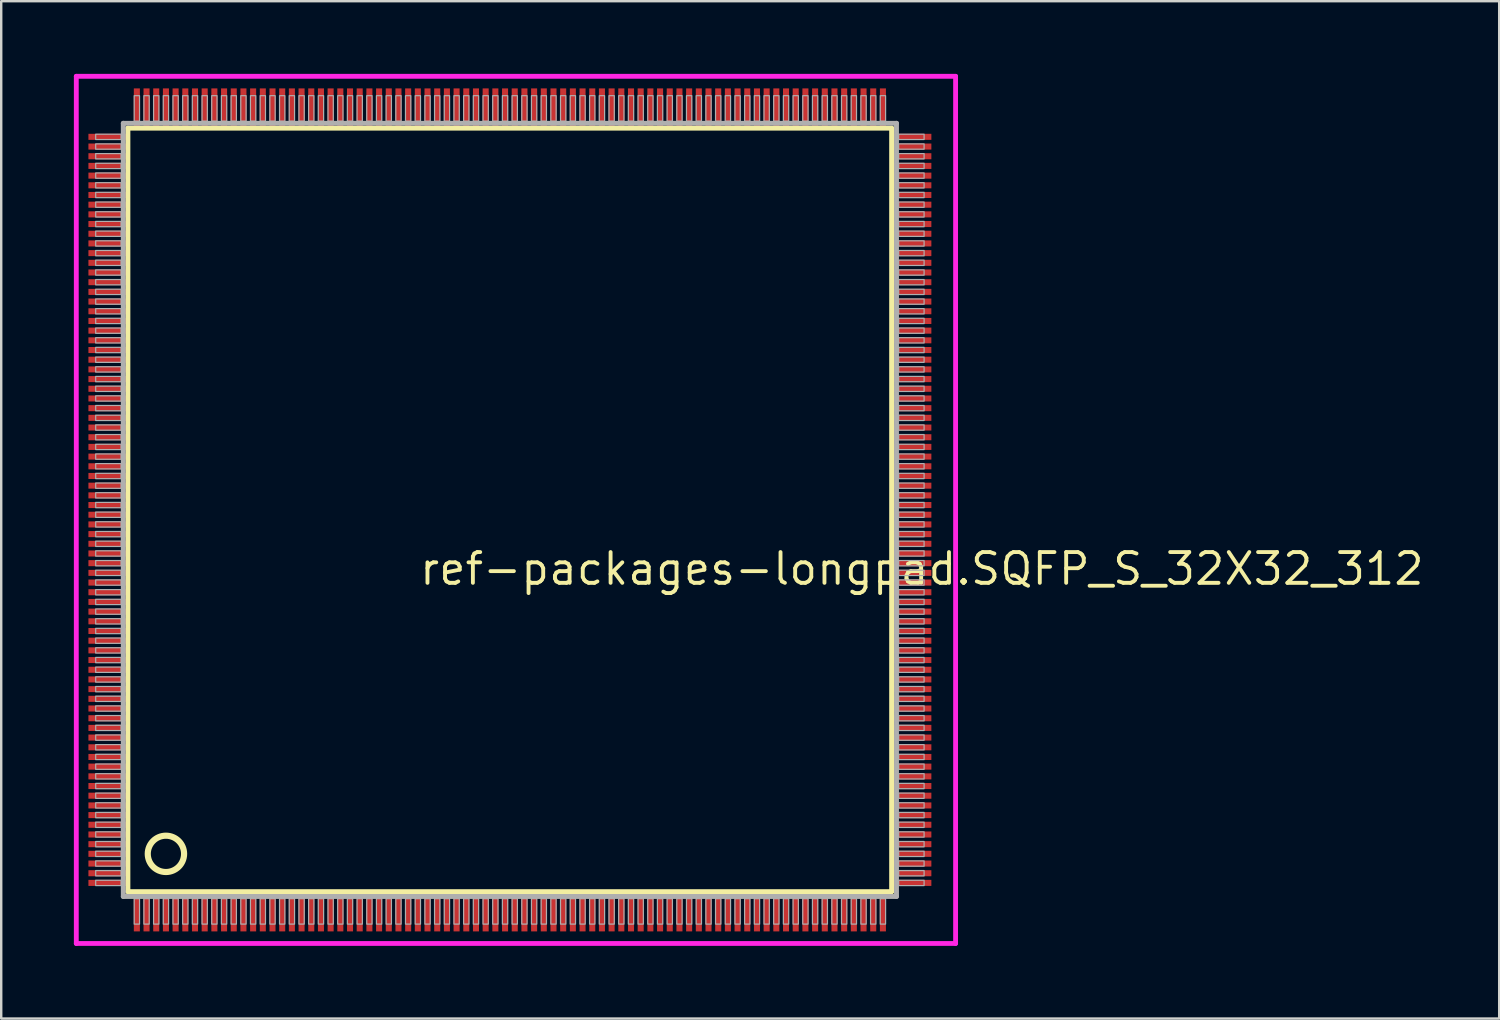
<source format=kicad_pcb>
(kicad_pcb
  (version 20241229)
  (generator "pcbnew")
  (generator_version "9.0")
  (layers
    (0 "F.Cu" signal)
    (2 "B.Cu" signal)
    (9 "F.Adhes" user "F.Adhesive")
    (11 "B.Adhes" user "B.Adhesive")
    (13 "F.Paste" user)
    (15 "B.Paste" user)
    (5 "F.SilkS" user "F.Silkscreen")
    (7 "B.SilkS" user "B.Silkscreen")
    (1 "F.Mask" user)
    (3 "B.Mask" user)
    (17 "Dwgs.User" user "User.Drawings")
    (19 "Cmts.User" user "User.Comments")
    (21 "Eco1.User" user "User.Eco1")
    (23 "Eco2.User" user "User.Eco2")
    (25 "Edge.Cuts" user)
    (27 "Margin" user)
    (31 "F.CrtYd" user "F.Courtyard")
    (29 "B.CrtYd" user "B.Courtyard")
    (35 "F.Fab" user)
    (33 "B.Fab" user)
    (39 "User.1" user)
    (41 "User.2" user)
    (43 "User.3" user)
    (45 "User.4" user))
  (footprint "ref-packages-longpad.SQFP_S_32X32_312"
    (layer "F.Cu")
    (at 18 18)
    (property "Reference" "ref-packages-longpad.SQFP_S_32X32_312" (at -3.81 3.175 0) (layer "F.SilkS") (effects (font (size 1.27 1.27) (thickness 0.16)) (justify left bottom)))
    (attr smd)
    (fp_line (start -15.77 -15.76) (end 15.76 -15.76) (stroke (width 0.203) (type default)) (layer "F.SilkS"))
    (fp_line (start -15.77 15.76) (end -15.77 -15.76) (stroke (width 0.203) (type default)) (layer "F.SilkS"))
    (fp_line (start 15.76 15.76) (end -15.77 15.76) (stroke (width 0.203) (type default)) (layer "F.SilkS"))
    (fp_line (start 15.76 -15.76) (end 15.76 15.76) (stroke (width 0.203) (type default)) (layer "F.SilkS"))
    (fp_circle (center -14.2 14.2) (end -13.45 14.2) (stroke (width 0.254) (type default)) (fill no) (layer "F.SilkS"))
    (fp_line (start -17.9 -17.9) (end 18.4 -17.9) (stroke (width 0.2) (type default)) (layer "F.CrtYd"))
    (fp_line (start -17.9 17.9) (end -17.9 -17.9) (stroke (width 0.2) (type default)) (layer "F.CrtYd"))
    (fp_line (start 18.4 -17.9) (end 18.4 17.9) (stroke (width 0.2) (type default)) (layer "F.CrtYd"))
    (fp_line (start 18.4 17.9) (end -17.9 17.9) (stroke (width 0.2) (type default)) (layer "F.CrtYd"))
    (fp_line (start -15.96 -15.96) (end -15.96 15.96) (stroke (width 0.203) (type default)) (layer "F.Fab"))
    (fp_line (start -15.96 15.96) (end 15.96 15.96) (stroke (width 0.203) (type default)) (layer "F.Fab"))
    (fp_line (start 15.96 -15.96) (end -15.96 -15.96) (stroke (width 0.203) (type default)) (layer "F.Fab"))
    (fp_line (start 15.96 15.96) (end 15.96 -15.96) (stroke (width 0.203) (type default)) (layer "F.Fab"))
    (fp_rect (start -17.1 -15.29) (end -16.05 -15.51) (stroke (width 0.05) (type default)) (fill no) (layer "F.Fab"))
    (fp_rect (start -17.1 -14.89) (end -16.05 -15.11) (stroke (width 0.05) (type default)) (fill no) (layer "F.Fab"))
    (fp_rect (start -17.1 -14.49) (end -16.05 -14.71) (stroke (width 0.05) (type default)) (fill no) (layer "F.Fab"))
    (fp_rect (start -17.1 -14.09) (end -16.05 -14.31) (stroke (width 0.05) (type default)) (fill no) (layer "F.Fab"))
    (fp_rect (start -17.1 -13.69) (end -16.05 -13.91) (stroke (width 0.05) (type default)) (fill no) (layer "F.Fab"))
    (fp_rect (start -17.1 -13.29) (end -16.05 -13.51) (stroke (width 0.05) (type default)) (fill no) (layer "F.Fab"))
    (fp_rect (start -17.1 -12.89) (end -16.05 -13.11) (stroke (width 0.05) (type default)) (fill no) (layer "F.Fab"))
    (fp_rect (start -17.1 -12.49) (end -16.05 -12.71) (stroke (width 0.05) (type default)) (fill no) (layer "F.Fab"))
    (fp_rect (start -17.1 -12.09) (end -16.05 -12.31) (stroke (width 0.05) (type default)) (fill no) (layer "F.Fab"))
    (fp_rect (start -17.1 -11.69) (end -16.05 -11.91) (stroke (width 0.05) (type default)) (fill no) (layer "F.Fab"))
    (fp_rect (start -17.1 -11.29) (end -16.05 -11.51) (stroke (width 0.05) (type default)) (fill no) (layer "F.Fab"))
    (fp_rect (start -17.1 -10.89) (end -16.05 -11.11) (stroke (width 0.05) (type default)) (fill no) (layer "F.Fab"))
    (fp_rect (start -17.1 -10.49) (end -16.05 -10.71) (stroke (width 0.05) (type default)) (fill no) (layer "F.Fab"))
    (fp_rect (start -17.1 -10.09) (end -16.05 -10.31) (stroke (width 0.05) (type default)) (fill no) (layer "F.Fab"))
    (fp_rect (start -17.1 -9.69) (end -16.05 -9.91) (stroke (width 0.05) (type default)) (fill no) (layer "F.Fab"))
    (fp_rect (start -17.1 -9.29) (end -16.05 -9.51) (stroke (width 0.05) (type default)) (fill no) (layer "F.Fab"))
    (fp_rect (start -17.1 -8.89) (end -16.05 -9.11) (stroke (width 0.05) (type default)) (fill no) (layer "F.Fab"))
    (fp_rect (start -17.1 -8.49) (end -16.05 -8.71) (stroke (width 0.05) (type default)) (fill no) (layer "F.Fab"))
    (fp_rect (start -17.1 -8.09) (end -16.05 -8.31) (stroke (width 0.05) (type default)) (fill no) (layer "F.Fab"))
    (fp_rect (start -17.1 -7.69) (end -16.05 -7.91) (stroke (width 0.05) (type default)) (fill no) (layer "F.Fab"))
    (fp_rect (start -17.1 -7.29) (end -16.05 -7.51) (stroke (width 0.05) (type default)) (fill no) (layer "F.Fab"))
    (fp_rect (start -17.1 -6.89) (end -16.05 -7.11) (stroke (width 0.05) (type default)) (fill no) (layer "F.Fab"))
    (fp_rect (start -17.1 -6.49) (end -16.05 -6.71) (stroke (width 0.05) (type default)) (fill no) (layer "F.Fab"))
    (fp_rect (start -17.1 -6.09) (end -16.05 -6.31) (stroke (width 0.05) (type default)) (fill no) (layer "F.Fab"))
    (fp_rect (start -17.1 -5.69) (end -16.05 -5.91) (stroke (width 0.05) (type default)) (fill no) (layer "F.Fab"))
    (fp_rect (start -17.1 -5.29) (end -16.05 -5.51) (stroke (width 0.05) (type default)) (fill no) (layer "F.Fab"))
    (fp_rect (start -17.1 -4.89) (end -16.05 -5.11) (stroke (width 0.05) (type default)) (fill no) (layer "F.Fab"))
    (fp_rect (start -17.1 -4.49) (end -16.05 -4.71) (stroke (width 0.05) (type default)) (fill no) (layer "F.Fab"))
    (fp_rect (start -17.1 -4.09) (end -16.05 -4.31) (stroke (width 0.05) (type default)) (fill no) (layer "F.Fab"))
    (fp_rect (start -17.1 -3.69) (end -16.05 -3.91) (stroke (width 0.05) (type default)) (fill no) (layer "F.Fab"))
    (fp_rect (start -17.1 -3.29) (end -16.05 -3.51) (stroke (width 0.05) (type default)) (fill no) (layer "F.Fab"))
    (fp_rect (start -17.1 -2.89) (end -16.05 -3.11) (stroke (width 0.05) (type default)) (fill no) (layer "F.Fab"))
    (fp_rect (start -17.1 -2.49) (end -16.05 -2.71) (stroke (width 0.05) (type default)) (fill no) (layer "F.Fab"))
    (fp_rect (start -17.1 -2.09) (end -16.05 -2.31) (stroke (width 0.05) (type default)) (fill no) (layer "F.Fab"))
    (fp_rect (start -17.1 -1.69) (end -16.05 -1.91) (stroke (width 0.05) (type default)) (fill no) (layer "F.Fab"))
    (fp_rect (start -17.1 -1.29) (end -16.05 -1.51) (stroke (width 0.05) (type default)) (fill no) (layer "F.Fab"))
    (fp_rect (start -17.1 -0.89) (end -16.05 -1.11) (stroke (width 0.05) (type default)) (fill no) (layer "F.Fab"))
    (fp_rect (start -17.1 -0.49) (end -16.05 -0.71) (stroke (width 0.05) (type default)) (fill no) (layer "F.Fab"))
    (fp_rect (start -17.1 -0.09) (end -16.05 -0.31) (stroke (width 0.05) (type default)) (fill no) (layer "F.Fab"))
    (fp_rect (start -17.1 0.31) (end -16.05 0.09) (stroke (width 0.05) (type default)) (fill no) (layer "F.Fab"))
    (fp_rect (start -17.1 0.71) (end -16.05 0.49) (stroke (width 0.05) (type default)) (fill no) (layer "F.Fab"))
    (fp_rect (start -17.1 1.11) (end -16.05 0.89) (stroke (width 0.05) (type default)) (fill no) (layer "F.Fab"))
    (fp_rect (start -17.1 1.51) (end -16.05 1.29) (stroke (width 0.05) (type default)) (fill no) (layer "F.Fab"))
    (fp_rect (start -17.1 1.91) (end -16.05 1.69) (stroke (width 0.05) (type default)) (fill no) (layer "F.Fab"))
    (fp_rect (start -17.1 2.31) (end -16.05 2.09) (stroke (width 0.05) (type default)) (fill no) (layer "F.Fab"))
    (fp_rect (start -17.1 2.71) (end -16.05 2.49) (stroke (width 0.05) (type default)) (fill no) (layer "F.Fab"))
    (fp_rect (start -17.1 3.11) (end -16.05 2.89) (stroke (width 0.05) (type default)) (fill no) (layer "F.Fab"))
    (fp_rect (start -17.1 3.51) (end -16.05 3.29) (stroke (width 0.05) (type default)) (fill no) (layer "F.Fab"))
    (fp_rect (start -17.1 3.91) (end -16.05 3.69) (stroke (width 0.05) (type default)) (fill no) (layer "F.Fab"))
    (fp_rect (start -17.1 4.31) (end -16.05 4.09) (stroke (width 0.05) (type default)) (fill no) (layer "F.Fab"))
    (fp_rect (start -17.1 4.71) (end -16.05 4.49) (stroke (width 0.05) (type default)) (fill no) (layer "F.Fab"))
    (fp_rect (start -17.1 5.11) (end -16.05 4.89) (stroke (width 0.05) (type default)) (fill no) (layer "F.Fab"))
    (fp_rect (start -17.1 5.51) (end -16.05 5.29) (stroke (width 0.05) (type default)) (fill no) (layer "F.Fab"))
    (fp_rect (start -17.1 5.91) (end -16.05 5.69) (stroke (width 0.05) (type default)) (fill no) (layer "F.Fab"))
    (fp_rect (start -17.1 6.31) (end -16.05 6.09) (stroke (width 0.05) (type default)) (fill no) (layer "F.Fab"))
    (fp_rect (start -17.1 6.71) (end -16.05 6.49) (stroke (width 0.05) (type default)) (fill no) (layer "F.Fab"))
    (fp_rect (start -17.1 7.11) (end -16.05 6.89) (stroke (width 0.05) (type default)) (fill no) (layer "F.Fab"))
    (fp_rect (start -17.1 7.51) (end -16.05 7.29) (stroke (width 0.05) (type default)) (fill no) (layer "F.Fab"))
    (fp_rect (start -17.1 7.91) (end -16.05 7.69) (stroke (width 0.05) (type default)) (fill no) (layer "F.Fab"))
    (fp_rect (start -17.1 8.31) (end -16.05 8.09) (stroke (width 0.05) (type default)) (fill no) (layer "F.Fab"))
    (fp_rect (start -17.1 8.71) (end -16.05 8.49) (stroke (width 0.05) (type default)) (fill no) (layer "F.Fab"))
    (fp_rect (start -17.1 9.11) (end -16.05 8.89) (stroke (width 0.05) (type default)) (fill no) (layer "F.Fab"))
    (fp_rect (start -17.1 9.51) (end -16.05 9.29) (stroke (width 0.05) (type default)) (fill no) (layer "F.Fab"))
    (fp_rect (start -17.1 9.91) (end -16.05 9.69) (stroke (width 0.05) (type default)) (fill no) (layer "F.Fab"))
    (fp_rect (start -17.1 10.31) (end -16.05 10.09) (stroke (width 0.05) (type default)) (fill no) (layer "F.Fab"))
    (fp_rect (start -17.1 10.71) (end -16.05 10.49) (stroke (width 0.05) (type default)) (fill no) (layer "F.Fab"))
    (fp_rect (start -17.1 11.11) (end -16.05 10.89) (stroke (width 0.05) (type default)) (fill no) (layer "F.Fab"))
    (fp_rect (start -17.1 11.51) (end -16.05 11.29) (stroke (width 0.05) (type default)) (fill no) (layer "F.Fab"))
    (fp_rect (start -17.1 11.91) (end -16.05 11.69) (stroke (width 0.05) (type default)) (fill no) (layer "F.Fab"))
    (fp_rect (start -17.1 12.31) (end -16.05 12.09) (stroke (width 0.05) (type default)) (fill no) (layer "F.Fab"))
    (fp_rect (start -17.1 12.71) (end -16.05 12.49) (stroke (width 0.05) (type default)) (fill no) (layer "F.Fab"))
    (fp_rect (start -17.1 13.11) (end -16.05 12.89) (stroke (width 0.05) (type default)) (fill no) (layer "F.Fab"))
    (fp_rect (start -17.1 13.51) (end -16.05 13.29) (stroke (width 0.05) (type default)) (fill no) (layer "F.Fab"))
    (fp_rect (start -17.1 13.91) (end -16.05 13.69) (stroke (width 0.05) (type default)) (fill no) (layer "F.Fab"))
    (fp_rect (start -17.1 14.31) (end -16.05 14.09) (stroke (width 0.05) (type default)) (fill no) (layer "F.Fab"))
    (fp_rect (start -17.1 14.71) (end -16.05 14.49) (stroke (width 0.05) (type default)) (fill no) (layer "F.Fab"))
    (fp_rect (start -17.1 15.11) (end -16.05 14.89) (stroke (width 0.05) (type default)) (fill no) (layer "F.Fab"))
    (fp_rect (start -17.1 15.51) (end -16.05 15.29) (stroke (width 0.05) (type default)) (fill no) (layer "F.Fab"))
    (fp_rect (start -15.51 -16.05) (end -15.29 -17.1) (stroke (width 0.05) (type default)) (fill no) (layer "F.Fab"))
    (fp_rect (start -15.51 17.1) (end -15.29 16.05) (stroke (width 0.05) (type default)) (fill no) (layer "F.Fab"))
    (fp_rect (start -15.11 -16.05) (end -14.89 -17.1) (stroke (width 0.05) (type default)) (fill no) (layer "F.Fab"))
    (fp_rect (start -15.11 17.1) (end -14.89 16.05) (stroke (width 0.05) (type default)) (fill no) (layer "F.Fab"))
    (fp_rect (start -14.71 -16.05) (end -14.49 -17.1) (stroke (width 0.05) (type default)) (fill no) (layer "F.Fab"))
    (fp_rect (start -14.71 17.1) (end -14.49 16.05) (stroke (width 0.05) (type default)) (fill no) (layer "F.Fab"))
    (fp_rect (start -14.31 -16.05) (end -14.09 -17.1) (stroke (width 0.05) (type default)) (fill no) (layer "F.Fab"))
    (fp_rect (start -14.31 17.1) (end -14.09 16.05) (stroke (width 0.05) (type default)) (fill no) (layer "F.Fab"))
    (fp_rect (start -13.91 -16.05) (end -13.69 -17.1) (stroke (width 0.05) (type default)) (fill no) (layer "F.Fab"))
    (fp_rect (start -13.91 17.1) (end -13.69 16.05) (stroke (width 0.05) (type default)) (fill no) (layer "F.Fab"))
    (fp_rect (start -13.51 -16.05) (end -13.29 -17.1) (stroke (width 0.05) (type default)) (fill no) (layer "F.Fab"))
    (fp_rect (start -13.51 17.1) (end -13.29 16.05) (stroke (width 0.05) (type default)) (fill no) (layer "F.Fab"))
    (fp_rect (start -13.11 -16.05) (end -12.89 -17.1) (stroke (width 0.05) (type default)) (fill no) (layer "F.Fab"))
    (fp_rect (start -13.11 17.1) (end -12.89 16.05) (stroke (width 0.05) (type default)) (fill no) (layer "F.Fab"))
    (fp_rect (start -12.71 -16.05) (end -12.49 -17.1) (stroke (width 0.05) (type default)) (fill no) (layer "F.Fab"))
    (fp_rect (start -12.71 17.1) (end -12.49 16.05) (stroke (width 0.05) (type default)) (fill no) (layer "F.Fab"))
    (fp_rect (start -12.31 -16.05) (end -12.09 -17.1) (stroke (width 0.05) (type default)) (fill no) (layer "F.Fab"))
    (fp_rect (start -12.31 17.1) (end -12.09 16.05) (stroke (width 0.05) (type default)) (fill no) (layer "F.Fab"))
    (fp_rect (start -11.91 -16.05) (end -11.69 -17.1) (stroke (width 0.05) (type default)) (fill no) (layer "F.Fab"))
    (fp_rect (start -11.91 17.1) (end -11.69 16.05) (stroke (width 0.05) (type default)) (fill no) (layer "F.Fab"))
    (fp_rect (start -11.51 -16.05) (end -11.29 -17.1) (stroke (width 0.05) (type default)) (fill no) (layer "F.Fab"))
    (fp_rect (start -11.51 17.1) (end -11.29 16.05) (stroke (width 0.05) (type default)) (fill no) (layer "F.Fab"))
    (fp_rect (start -11.11 -16.05) (end -10.89 -17.1) (stroke (width 0.05) (type default)) (fill no) (layer "F.Fab"))
    (fp_rect (start -11.11 17.1) (end -10.89 16.05) (stroke (width 0.05) (type default)) (fill no) (layer "F.Fab"))
    (fp_rect (start -10.71 -16.05) (end -10.49 -17.1) (stroke (width 0.05) (type default)) (fill no) (layer "F.Fab"))
    (fp_rect (start -10.71 17.1) (end -10.49 16.05) (stroke (width 0.05) (type default)) (fill no) (layer "F.Fab"))
    (fp_rect (start -10.31 -16.05) (end -10.09 -17.1) (stroke (width 0.05) (type default)) (fill no) (layer "F.Fab"))
    (fp_rect (start -10.31 17.1) (end -10.09 16.05) (stroke (width 0.05) (type default)) (fill no) (layer "F.Fab"))
    (fp_rect (start -9.91 -16.05) (end -9.69 -17.1) (stroke (width 0.05) (type default)) (fill no) (layer "F.Fab"))
    (fp_rect (start -9.91 17.1) (end -9.69 16.05) (stroke (width 0.05) (type default)) (fill no) (layer "F.Fab"))
    (fp_rect (start -9.51 -16.05) (end -9.29 -17.1) (stroke (width 0.05) (type default)) (fill no) (layer "F.Fab"))
    (fp_rect (start -9.51 17.1) (end -9.29 16.05) (stroke (width 0.05) (type default)) (fill no) (layer "F.Fab"))
    (fp_rect (start -9.11 -16.05) (end -8.89 -17.1) (stroke (width 0.05) (type default)) (fill no) (layer "F.Fab"))
    (fp_rect (start -9.11 17.1) (end -8.89 16.05) (stroke (width 0.05) (type default)) (fill no) (layer "F.Fab"))
    (fp_rect (start -8.71 -16.05) (end -8.49 -17.1) (stroke (width 0.05) (type default)) (fill no) (layer "F.Fab"))
    (fp_rect (start -8.71 17.1) (end -8.49 16.05) (stroke (width 0.05) (type default)) (fill no) (layer "F.Fab"))
    (fp_rect (start -8.31 -16.05) (end -8.09 -17.1) (stroke (width 0.05) (type default)) (fill no) (layer "F.Fab"))
    (fp_rect (start -8.31 17.1) (end -8.09 16.05) (stroke (width 0.05) (type default)) (fill no) (layer "F.Fab"))
    (fp_rect (start -7.91 -16.05) (end -7.69 -17.1) (stroke (width 0.05) (type default)) (fill no) (layer "F.Fab"))
    (fp_rect (start -7.91 17.1) (end -7.69 16.05) (stroke (width 0.05) (type default)) (fill no) (layer "F.Fab"))
    (fp_rect (start -7.51 -16.05) (end -7.29 -17.1) (stroke (width 0.05) (type default)) (fill no) (layer "F.Fab"))
    (fp_rect (start -7.51 17.1) (end -7.29 16.05) (stroke (width 0.05) (type default)) (fill no) (layer "F.Fab"))
    (fp_rect (start -7.11 -16.05) (end -6.89 -17.1) (stroke (width 0.05) (type default)) (fill no) (layer "F.Fab"))
    (fp_rect (start -7.11 17.1) (end -6.89 16.05) (stroke (width 0.05) (type default)) (fill no) (layer "F.Fab"))
    (fp_rect (start -6.71 -16.05) (end -6.49 -17.1) (stroke (width 0.05) (type default)) (fill no) (layer "F.Fab"))
    (fp_rect (start -6.71 17.1) (end -6.49 16.05) (stroke (width 0.05) (type default)) (fill no) (layer "F.Fab"))
    (fp_rect (start -6.31 -16.05) (end -6.09 -17.1) (stroke (width 0.05) (type default)) (fill no) (layer "F.Fab"))
    (fp_rect (start -6.31 17.1) (end -6.09 16.05) (stroke (width 0.05) (type default)) (fill no) (layer "F.Fab"))
    (fp_rect (start -5.91 -16.05) (end -5.69 -17.1) (stroke (width 0.05) (type default)) (fill no) (layer "F.Fab"))
    (fp_rect (start -5.91 17.1) (end -5.69 16.05) (stroke (width 0.05) (type default)) (fill no) (layer "F.Fab"))
    (fp_rect (start -5.51 -16.05) (end -5.29 -17.1) (stroke (width 0.05) (type default)) (fill no) (layer "F.Fab"))
    (fp_rect (start -5.51 17.1) (end -5.29 16.05) (stroke (width 0.05) (type default)) (fill no) (layer "F.Fab"))
    (fp_rect (start -5.11 -16.05) (end -4.89 -17.1) (stroke (width 0.05) (type default)) (fill no) (layer "F.Fab"))
    (fp_rect (start -5.11 17.1) (end -4.89 16.05) (stroke (width 0.05) (type default)) (fill no) (layer "F.Fab"))
    (fp_rect (start -4.71 -16.05) (end -4.49 -17.1) (stroke (width 0.05) (type default)) (fill no) (layer "F.Fab"))
    (fp_rect (start -4.71 17.1) (end -4.49 16.05) (stroke (width 0.05) (type default)) (fill no) (layer "F.Fab"))
    (fp_rect (start -4.31 -16.05) (end -4.09 -17.1) (stroke (width 0.05) (type default)) (fill no) (layer "F.Fab"))
    (fp_rect (start -4.31 17.1) (end -4.09 16.05) (stroke (width 0.05) (type default)) (fill no) (layer "F.Fab"))
    (fp_rect (start -3.91 -16.05) (end -3.69 -17.1) (stroke (width 0.05) (type default)) (fill no) (layer "F.Fab"))
    (fp_rect (start -3.91 17.1) (end -3.69 16.05) (stroke (width 0.05) (type default)) (fill no) (layer "F.Fab"))
    (fp_rect (start -3.51 -16.05) (end -3.29 -17.1) (stroke (width 0.05) (type default)) (fill no) (layer "F.Fab"))
    (fp_rect (start -3.51 17.1) (end -3.29 16.05) (stroke (width 0.05) (type default)) (fill no) (layer "F.Fab"))
    (fp_rect (start -3.11 -16.05) (end -2.89 -17.1) (stroke (width 0.05) (type default)) (fill no) (layer "F.Fab"))
    (fp_rect (start -3.11 17.1) (end -2.89 16.05) (stroke (width 0.05) (type default)) (fill no) (layer "F.Fab"))
    (fp_rect (start -2.71 -16.05) (end -2.49 -17.1) (stroke (width 0.05) (type default)) (fill no) (layer "F.Fab"))
    (fp_rect (start -2.71 17.1) (end -2.49 16.05) (stroke (width 0.05) (type default)) (fill no) (layer "F.Fab"))
    (fp_rect (start -2.31 -16.05) (end -2.09 -17.1) (stroke (width 0.05) (type default)) (fill no) (layer "F.Fab"))
    (fp_rect (start -2.31 17.1) (end -2.09 16.05) (stroke (width 0.05) (type default)) (fill no) (layer "F.Fab"))
    (fp_rect (start -1.91 -16.05) (end -1.69 -17.1) (stroke (width 0.05) (type default)) (fill no) (layer "F.Fab"))
    (fp_rect (start -1.91 17.1) (end -1.69 16.05) (stroke (width 0.05) (type default)) (fill no) (layer "F.Fab"))
    (fp_rect (start -1.51 -16.05) (end -1.29 -17.1) (stroke (width 0.05) (type default)) (fill no) (layer "F.Fab"))
    (fp_rect (start -1.51 17.1) (end -1.29 16.05) (stroke (width 0.05) (type default)) (fill no) (layer "F.Fab"))
    (fp_rect (start -1.11 -16.05) (end -0.89 -17.1) (stroke (width 0.05) (type default)) (fill no) (layer "F.Fab"))
    (fp_rect (start -1.11 17.1) (end -0.89 16.05) (stroke (width 0.05) (type default)) (fill no) (layer "F.Fab"))
    (fp_rect (start -0.71 -16.05) (end -0.49 -17.1) (stroke (width 0.05) (type default)) (fill no) (layer "F.Fab"))
    (fp_rect (start -0.71 17.1) (end -0.49 16.05) (stroke (width 0.05) (type default)) (fill no) (layer "F.Fab"))
    (fp_rect (start -0.31 -16.05) (end -0.09 -17.1) (stroke (width 0.05) (type default)) (fill no) (layer "F.Fab"))
    (fp_rect (start -0.31 17.1) (end -0.09 16.05) (stroke (width 0.05) (type default)) (fill no) (layer "F.Fab"))
    (fp_rect (start 0.09 -16.05) (end 0.31 -17.1) (stroke (width 0.05) (type default)) (fill no) (layer "F.Fab"))
    (fp_rect (start 0.09 17.1) (end 0.31 16.05) (stroke (width 0.05) (type default)) (fill no) (layer "F.Fab"))
    (fp_rect (start 0.49 -16.05) (end 0.71 -17.1) (stroke (width 0.05) (type default)) (fill no) (layer "F.Fab"))
    (fp_rect (start 0.49 17.1) (end 0.71 16.05) (stroke (width 0.05) (type default)) (fill no) (layer "F.Fab"))
    (fp_rect (start 0.89 -16.05) (end 1.11 -17.1) (stroke (width 0.05) (type default)) (fill no) (layer "F.Fab"))
    (fp_rect (start 0.89 17.1) (end 1.11 16.05) (stroke (width 0.05) (type default)) (fill no) (layer "F.Fab"))
    (fp_rect (start 1.29 -16.05) (end 1.51 -17.1) (stroke (width 0.05) (type default)) (fill no) (layer "F.Fab"))
    (fp_rect (start 1.29 17.1) (end 1.51 16.05) (stroke (width 0.05) (type default)) (fill no) (layer "F.Fab"))
    (fp_rect (start 1.69 -16.05) (end 1.91 -17.1) (stroke (width 0.05) (type default)) (fill no) (layer "F.Fab"))
    (fp_rect (start 1.69 17.1) (end 1.91 16.05) (stroke (width 0.05) (type default)) (fill no) (layer "F.Fab"))
    (fp_rect (start 2.09 -16.05) (end 2.31 -17.1) (stroke (width 0.05) (type default)) (fill no) (layer "F.Fab"))
    (fp_rect (start 2.09 17.1) (end 2.31 16.05) (stroke (width 0.05) (type default)) (fill no) (layer "F.Fab"))
    (fp_rect (start 2.49 -16.05) (end 2.71 -17.1) (stroke (width 0.05) (type default)) (fill no) (layer "F.Fab"))
    (fp_rect (start 2.49 17.1) (end 2.71 16.05) (stroke (width 0.05) (type default)) (fill no) (layer "F.Fab"))
    (fp_rect (start 2.89 -16.05) (end 3.11 -17.1) (stroke (width 0.05) (type default)) (fill no) (layer "F.Fab"))
    (fp_rect (start 2.89 17.1) (end 3.11 16.05) (stroke (width 0.05) (type default)) (fill no) (layer "F.Fab"))
    (fp_rect (start 3.29 -16.05) (end 3.51 -17.1) (stroke (width 0.05) (type default)) (fill no) (layer "F.Fab"))
    (fp_rect (start 3.29 17.1) (end 3.51 16.05) (stroke (width 0.05) (type default)) (fill no) (layer "F.Fab"))
    (fp_rect (start 3.69 -16.05) (end 3.91 -17.1) (stroke (width 0.05) (type default)) (fill no) (layer "F.Fab"))
    (fp_rect (start 3.69 17.1) (end 3.91 16.05) (stroke (width 0.05) (type default)) (fill no) (layer "F.Fab"))
    (fp_rect (start 4.09 -16.05) (end 4.31 -17.1) (stroke (width 0.05) (type default)) (fill no) (layer "F.Fab"))
    (fp_rect (start 4.09 17.1) (end 4.31 16.05) (stroke (width 0.05) (type default)) (fill no) (layer "F.Fab"))
    (fp_rect (start 4.49 -16.05) (end 4.71 -17.1) (stroke (width 0.05) (type default)) (fill no) (layer "F.Fab"))
    (fp_rect (start 4.49 17.1) (end 4.71 16.05) (stroke (width 0.05) (type default)) (fill no) (layer "F.Fab"))
    (fp_rect (start 4.89 -16.05) (end 5.11 -17.1) (stroke (width 0.05) (type default)) (fill no) (layer "F.Fab"))
    (fp_rect (start 4.89 17.1) (end 5.11 16.05) (stroke (width 0.05) (type default)) (fill no) (layer "F.Fab"))
    (fp_rect (start 5.29 -16.05) (end 5.51 -17.1) (stroke (width 0.05) (type default)) (fill no) (layer "F.Fab"))
    (fp_rect (start 5.29 17.1) (end 5.51 16.05) (stroke (width 0.05) (type default)) (fill no) (layer "F.Fab"))
    (fp_rect (start 5.69 -16.05) (end 5.91 -17.1) (stroke (width 0.05) (type default)) (fill no) (layer "F.Fab"))
    (fp_rect (start 5.69 17.1) (end 5.91 16.05) (stroke (width 0.05) (type default)) (fill no) (layer "F.Fab"))
    (fp_rect (start 6.09 -16.05) (end 6.31 -17.1) (stroke (width 0.05) (type default)) (fill no) (layer "F.Fab"))
    (fp_rect (start 6.09 17.1) (end 6.31 16.05) (stroke (width 0.05) (type default)) (fill no) (layer "F.Fab"))
    (fp_rect (start 6.49 -16.05) (end 6.71 -17.1) (stroke (width 0.05) (type default)) (fill no) (layer "F.Fab"))
    (fp_rect (start 6.49 17.1) (end 6.71 16.05) (stroke (width 0.05) (type default)) (fill no) (layer "F.Fab"))
    (fp_rect (start 6.89 -16.05) (end 7.11 -17.1) (stroke (width 0.05) (type default)) (fill no) (layer "F.Fab"))
    (fp_rect (start 6.89 17.1) (end 7.11 16.05) (stroke (width 0.05) (type default)) (fill no) (layer "F.Fab"))
    (fp_rect (start 7.29 -16.05) (end 7.51 -17.1) (stroke (width 0.05) (type default)) (fill no) (layer "F.Fab"))
    (fp_rect (start 7.29 17.1) (end 7.51 16.05) (stroke (width 0.05) (type default)) (fill no) (layer "F.Fab"))
    (fp_rect (start 7.69 -16.05) (end 7.91 -17.1) (stroke (width 0.05) (type default)) (fill no) (layer "F.Fab"))
    (fp_rect (start 7.69 17.1) (end 7.91 16.05) (stroke (width 0.05) (type default)) (fill no) (layer "F.Fab"))
    (fp_rect (start 8.09 -16.05) (end 8.31 -17.1) (stroke (width 0.05) (type default)) (fill no) (layer "F.Fab"))
    (fp_rect (start 8.09 17.1) (end 8.31 16.05) (stroke (width 0.05) (type default)) (fill no) (layer "F.Fab"))
    (fp_rect (start 8.49 -16.05) (end 8.71 -17.1) (stroke (width 0.05) (type default)) (fill no) (layer "F.Fab"))
    (fp_rect (start 8.49 17.1) (end 8.71 16.05) (stroke (width 0.05) (type default)) (fill no) (layer "F.Fab"))
    (fp_rect (start 8.89 -16.05) (end 9.11 -17.1) (stroke (width 0.05) (type default)) (fill no) (layer "F.Fab"))
    (fp_rect (start 8.89 17.1) (end 9.11 16.05) (stroke (width 0.05) (type default)) (fill no) (layer "F.Fab"))
    (fp_rect (start 9.29 -16.05) (end 9.51 -17.1) (stroke (width 0.05) (type default)) (fill no) (layer "F.Fab"))
    (fp_rect (start 9.29 17.1) (end 9.51 16.05) (stroke (width 0.05) (type default)) (fill no) (layer "F.Fab"))
    (fp_rect (start 9.69 -16.05) (end 9.91 -17.1) (stroke (width 0.05) (type default)) (fill no) (layer "F.Fab"))
    (fp_rect (start 9.69 17.1) (end 9.91 16.05) (stroke (width 0.05) (type default)) (fill no) (layer "F.Fab"))
    (fp_rect (start 10.09 -16.05) (end 10.31 -17.1) (stroke (width 0.05) (type default)) (fill no) (layer "F.Fab"))
    (fp_rect (start 10.09 17.1) (end 10.31 16.05) (stroke (width 0.05) (type default)) (fill no) (layer "F.Fab"))
    (fp_rect (start 10.49 -16.05) (end 10.71 -17.1) (stroke (width 0.05) (type default)) (fill no) (layer "F.Fab"))
    (fp_rect (start 10.49 17.1) (end 10.71 16.05) (stroke (width 0.05) (type default)) (fill no) (layer "F.Fab"))
    (fp_rect (start 10.89 -16.05) (end 11.11 -17.1) (stroke (width 0.05) (type default)) (fill no) (layer "F.Fab"))
    (fp_rect (start 10.89 17.1) (end 11.11 16.05) (stroke (width 0.05) (type default)) (fill no) (layer "F.Fab"))
    (fp_rect (start 11.29 -16.05) (end 11.51 -17.1) (stroke (width 0.05) (type default)) (fill no) (layer "F.Fab"))
    (fp_rect (start 11.29 17.1) (end 11.51 16.05) (stroke (width 0.05) (type default)) (fill no) (layer "F.Fab"))
    (fp_rect (start 11.69 -16.05) (end 11.91 -17.1) (stroke (width 0.05) (type default)) (fill no) (layer "F.Fab"))
    (fp_rect (start 11.69 17.1) (end 11.91 16.05) (stroke (width 0.05) (type default)) (fill no) (layer "F.Fab"))
    (fp_rect (start 12.09 -16.05) (end 12.31 -17.1) (stroke (width 0.05) (type default)) (fill no) (layer "F.Fab"))
    (fp_rect (start 12.09 17.1) (end 12.31 16.05) (stroke (width 0.05) (type default)) (fill no) (layer "F.Fab"))
    (fp_rect (start 12.49 -16.05) (end 12.71 -17.1) (stroke (width 0.05) (type default)) (fill no) (layer "F.Fab"))
    (fp_rect (start 12.49 17.1) (end 12.71 16.05) (stroke (width 0.05) (type default)) (fill no) (layer "F.Fab"))
    (fp_rect (start 12.89 -16.05) (end 13.11 -17.1) (stroke (width 0.05) (type default)) (fill no) (layer "F.Fab"))
    (fp_rect (start 12.89 17.1) (end 13.11 16.05) (stroke (width 0.05) (type default)) (fill no) (layer "F.Fab"))
    (fp_rect (start 13.29 -16.05) (end 13.51 -17.1) (stroke (width 0.05) (type default)) (fill no) (layer "F.Fab"))
    (fp_rect (start 13.29 17.1) (end 13.51 16.05) (stroke (width 0.05) (type default)) (fill no) (layer "F.Fab"))
    (fp_rect (start 13.69 -16.05) (end 13.91 -17.1) (stroke (width 0.05) (type default)) (fill no) (layer "F.Fab"))
    (fp_rect (start 13.69 17.1) (end 13.91 16.05) (stroke (width 0.05) (type default)) (fill no) (layer "F.Fab"))
    (fp_rect (start 14.09 -16.05) (end 14.31 -17.1) (stroke (width 0.05) (type default)) (fill no) (layer "F.Fab"))
    (fp_rect (start 14.09 17.1) (end 14.31 16.05) (stroke (width 0.05) (type default)) (fill no) (layer "F.Fab"))
    (fp_rect (start 14.49 -16.05) (end 14.71 -17.1) (stroke (width 0.05) (type default)) (fill no) (layer "F.Fab"))
    (fp_rect (start 14.49 17.1) (end 14.71 16.05) (stroke (width 0.05) (type default)) (fill no) (layer "F.Fab"))
    (fp_rect (start 14.89 -16.05) (end 15.11 -17.1) (stroke (width 0.05) (type default)) (fill no) (layer "F.Fab"))
    (fp_rect (start 14.89 17.1) (end 15.11 16.05) (stroke (width 0.05) (type default)) (fill no) (layer "F.Fab"))
    (fp_rect (start 15.29 -16.05) (end 15.51 -17.1) (stroke (width 0.05) (type default)) (fill no) (layer "F.Fab"))
    (fp_rect (start 15.29 17.1) (end 15.51 16.05) (stroke (width 0.05) (type default)) (fill no) (layer "F.Fab"))
    (fp_rect (start 16.05 -15.29) (end 17.1 -15.51) (stroke (width 0.05) (type default)) (fill no) (layer "F.Fab"))
    (fp_rect (start 16.05 -14.89) (end 17.1 -15.11) (stroke (width 0.05) (type default)) (fill no) (layer "F.Fab"))
    (fp_rect (start 16.05 -14.49) (end 17.1 -14.71) (stroke (width 0.05) (type default)) (fill no) (layer "F.Fab"))
    (fp_rect (start 16.05 -14.09) (end 17.1 -14.31) (stroke (width 0.05) (type default)) (fill no) (layer "F.Fab"))
    (fp_rect (start 16.05 -13.69) (end 17.1 -13.91) (stroke (width 0.05) (type default)) (fill no) (layer "F.Fab"))
    (fp_rect (start 16.05 -13.29) (end 17.1 -13.51) (stroke (width 0.05) (type default)) (fill no) (layer "F.Fab"))
    (fp_rect (start 16.05 -12.89) (end 17.1 -13.11) (stroke (width 0.05) (type default)) (fill no) (layer "F.Fab"))
    (fp_rect (start 16.05 -12.49) (end 17.1 -12.71) (stroke (width 0.05) (type default)) (fill no) (layer "F.Fab"))
    (fp_rect (start 16.05 -12.09) (end 17.1 -12.31) (stroke (width 0.05) (type default)) (fill no) (layer "F.Fab"))
    (fp_rect (start 16.05 -11.69) (end 17.1 -11.91) (stroke (width 0.05) (type default)) (fill no) (layer "F.Fab"))
    (fp_rect (start 16.05 -11.29) (end 17.1 -11.51) (stroke (width 0.05) (type default)) (fill no) (layer "F.Fab"))
    (fp_rect (start 16.05 -10.89) (end 17.1 -11.11) (stroke (width 0.05) (type default)) (fill no) (layer "F.Fab"))
    (fp_rect (start 16.05 -10.49) (end 17.1 -10.71) (stroke (width 0.05) (type default)) (fill no) (layer "F.Fab"))
    (fp_rect (start 16.05 -10.09) (end 17.1 -10.31) (stroke (width 0.05) (type default)) (fill no) (layer "F.Fab"))
    (fp_rect (start 16.05 -9.69) (end 17.1 -9.91) (stroke (width 0.05) (type default)) (fill no) (layer "F.Fab"))
    (fp_rect (start 16.05 -9.29) (end 17.1 -9.51) (stroke (width 0.05) (type default)) (fill no) (layer "F.Fab"))
    (fp_rect (start 16.05 -8.89) (end 17.1 -9.11) (stroke (width 0.05) (type default)) (fill no) (layer "F.Fab"))
    (fp_rect (start 16.05 -8.49) (end 17.1 -8.71) (stroke (width 0.05) (type default)) (fill no) (layer "F.Fab"))
    (fp_rect (start 16.05 -8.09) (end 17.1 -8.31) (stroke (width 0.05) (type default)) (fill no) (layer "F.Fab"))
    (fp_rect (start 16.05 -7.69) (end 17.1 -7.91) (stroke (width 0.05) (type default)) (fill no) (layer "F.Fab"))
    (fp_rect (start 16.05 -7.29) (end 17.1 -7.51) (stroke (width 0.05) (type default)) (fill no) (layer "F.Fab"))
    (fp_rect (start 16.05 -6.89) (end 17.1 -7.11) (stroke (width 0.05) (type default)) (fill no) (layer "F.Fab"))
    (fp_rect (start 16.05 -6.49) (end 17.1 -6.71) (stroke (width 0.05) (type default)) (fill no) (layer "F.Fab"))
    (fp_rect (start 16.05 -6.09) (end 17.1 -6.31) (stroke (width 0.05) (type default)) (fill no) (layer "F.Fab"))
    (fp_rect (start 16.05 -5.69) (end 17.1 -5.91) (stroke (width 0.05) (type default)) (fill no) (layer "F.Fab"))
    (fp_rect (start 16.05 -5.29) (end 17.1 -5.51) (stroke (width 0.05) (type default)) (fill no) (layer "F.Fab"))
    (fp_rect (start 16.05 -4.89) (end 17.1 -5.11) (stroke (width 0.05) (type default)) (fill no) (layer "F.Fab"))
    (fp_rect (start 16.05 -4.49) (end 17.1 -4.71) (stroke (width 0.05) (type default)) (fill no) (layer "F.Fab"))
    (fp_rect (start 16.05 -4.09) (end 17.1 -4.31) (stroke (width 0.05) (type default)) (fill no) (layer "F.Fab"))
    (fp_rect (start 16.05 -3.69) (end 17.1 -3.91) (stroke (width 0.05) (type default)) (fill no) (layer "F.Fab"))
    (fp_rect (start 16.05 -3.29) (end 17.1 -3.51) (stroke (width 0.05) (type default)) (fill no) (layer "F.Fab"))
    (fp_rect (start 16.05 -2.89) (end 17.1 -3.11) (stroke (width 0.05) (type default)) (fill no) (layer "F.Fab"))
    (fp_rect (start 16.05 -2.49) (end 17.1 -2.71) (stroke (width 0.05) (type default)) (fill no) (layer "F.Fab"))
    (fp_rect (start 16.05 -2.09) (end 17.1 -2.31) (stroke (width 0.05) (type default)) (fill no) (layer "F.Fab"))
    (fp_rect (start 16.05 -1.69) (end 17.1 -1.91) (stroke (width 0.05) (type default)) (fill no) (layer "F.Fab"))
    (fp_rect (start 16.05 -1.29) (end 17.1 -1.51) (stroke (width 0.05) (type default)) (fill no) (layer "F.Fab"))
    (fp_rect (start 16.05 -0.89) (end 17.1 -1.11) (stroke (width 0.05) (type default)) (fill no) (layer "F.Fab"))
    (fp_rect (start 16.05 -0.49) (end 17.1 -0.71) (stroke (width 0.05) (type default)) (fill no) (layer "F.Fab"))
    (fp_rect (start 16.05 -0.09) (end 17.1 -0.31) (stroke (width 0.05) (type default)) (fill no) (layer "F.Fab"))
    (fp_rect (start 16.05 0.31) (end 17.1 0.09) (stroke (width 0.05) (type default)) (fill no) (layer "F.Fab"))
    (fp_rect (start 16.05 0.71) (end 17.1 0.49) (stroke (width 0.05) (type default)) (fill no) (layer "F.Fab"))
    (fp_rect (start 16.05 1.11) (end 17.1 0.89) (stroke (width 0.05) (type default)) (fill no) (layer "F.Fab"))
    (fp_rect (start 16.05 1.51) (end 17.1 1.29) (stroke (width 0.05) (type default)) (fill no) (layer "F.Fab"))
    (fp_rect (start 16.05 1.91) (end 17.1 1.69) (stroke (width 0.05) (type default)) (fill no) (layer "F.Fab"))
    (fp_rect (start 16.05 2.31) (end 17.1 2.09) (stroke (width 0.05) (type default)) (fill no) (layer "F.Fab"))
    (fp_rect (start 16.05 2.71) (end 17.1 2.49) (stroke (width 0.05) (type default)) (fill no) (layer "F.Fab"))
    (fp_rect (start 16.05 3.11) (end 17.1 2.89) (stroke (width 0.05) (type default)) (fill no) (layer "F.Fab"))
    (fp_rect (start 16.05 3.51) (end 17.1 3.29) (stroke (width 0.05) (type default)) (fill no) (layer "F.Fab"))
    (fp_rect (start 16.05 3.91) (end 17.1 3.69) (stroke (width 0.05) (type default)) (fill no) (layer "F.Fab"))
    (fp_rect (start 16.05 4.31) (end 17.1 4.09) (stroke (width 0.05) (type default)) (fill no) (layer "F.Fab"))
    (fp_rect (start 16.05 4.71) (end 17.1 4.49) (stroke (width 0.05) (type default)) (fill no) (layer "F.Fab"))
    (fp_rect (start 16.05 5.11) (end 17.1 4.89) (stroke (width 0.05) (type default)) (fill no) (layer "F.Fab"))
    (fp_rect (start 16.05 5.51) (end 17.1 5.29) (stroke (width 0.05) (type default)) (fill no) (layer "F.Fab"))
    (fp_rect (start 16.05 5.91) (end 17.1 5.69) (stroke (width 0.05) (type default)) (fill no) (layer "F.Fab"))
    (fp_rect (start 16.05 6.31) (end 17.1 6.09) (stroke (width 0.05) (type default)) (fill no) (layer "F.Fab"))
    (fp_rect (start 16.05 6.71) (end 17.1 6.49) (stroke (width 0.05) (type default)) (fill no) (layer "F.Fab"))
    (fp_rect (start 16.05 7.11) (end 17.1 6.89) (stroke (width 0.05) (type default)) (fill no) (layer "F.Fab"))
    (fp_rect (start 16.05 7.51) (end 17.1 7.29) (stroke (width 0.05) (type default)) (fill no) (layer "F.Fab"))
    (fp_rect (start 16.05 7.91) (end 17.1 7.69) (stroke (width 0.05) (type default)) (fill no) (layer "F.Fab"))
    (fp_rect (start 16.05 8.31) (end 17.1 8.09) (stroke (width 0.05) (type default)) (fill no) (layer "F.Fab"))
    (fp_rect (start 16.05 8.71) (end 17.1 8.49) (stroke (width 0.05) (type default)) (fill no) (layer "F.Fab"))
    (fp_rect (start 16.05 9.11) (end 17.1 8.89) (stroke (width 0.05) (type default)) (fill no) (layer "F.Fab"))
    (fp_rect (start 16.05 9.51) (end 17.1 9.29) (stroke (width 0.05) (type default)) (fill no) (layer "F.Fab"))
    (fp_rect (start 16.05 9.91) (end 17.1 9.69) (stroke (width 0.05) (type default)) (fill no) (layer "F.Fab"))
    (fp_rect (start 16.05 10.31) (end 17.1 10.09) (stroke (width 0.05) (type default)) (fill no) (layer "F.Fab"))
    (fp_rect (start 16.05 10.71) (end 17.1 10.49) (stroke (width 0.05) (type default)) (fill no) (layer "F.Fab"))
    (fp_rect (start 16.05 11.11) (end 17.1 10.89) (stroke (width 0.05) (type default)) (fill no) (layer "F.Fab"))
    (fp_rect (start 16.05 11.51) (end 17.1 11.29) (stroke (width 0.05) (type default)) (fill no) (layer "F.Fab"))
    (fp_rect (start 16.05 11.91) (end 17.1 11.69) (stroke (width 0.05) (type default)) (fill no) (layer "F.Fab"))
    (fp_rect (start 16.05 12.31) (end 17.1 12.09) (stroke (width 0.05) (type default)) (fill no) (layer "F.Fab"))
    (fp_rect (start 16.05 12.71) (end 17.1 12.49) (stroke (width 0.05) (type default)) (fill no) (layer "F.Fab"))
    (fp_rect (start 16.05 13.11) (end 17.1 12.89) (stroke (width 0.05) (type default)) (fill no) (layer "F.Fab"))
    (fp_rect (start 16.05 13.51) (end 17.1 13.29) (stroke (width 0.05) (type default)) (fill no) (layer "F.Fab"))
    (fp_rect (start 16.05 13.91) (end 17.1 13.69) (stroke (width 0.05) (type default)) (fill no) (layer "F.Fab"))
    (fp_rect (start 16.05 14.31) (end 17.1 14.09) (stroke (width 0.05) (type default)) (fill no) (layer "F.Fab"))
    (fp_rect (start 16.05 14.71) (end 17.1 14.49) (stroke (width 0.05) (type default)) (fill no) (layer "F.Fab"))
    (fp_rect (start 16.05 15.11) (end 17.1 14.89) (stroke (width 0.05) (type default)) (fill no) (layer "F.Fab"))
    (fp_rect (start 16.05 15.51) (end 17.1 15.29) (stroke (width 0.05) (type default)) (fill no) (layer "F.Fab"))
    (pad "1" smd roundrect (at -15.4 16.6) (size 0.25 1.6) (layers "F.Cu" "F.Mask" "F.Paste") (roundrect_rratio 0.01))
    (pad "2" smd roundrect (at -15 16.6) (size 0.25 1.6) (layers "F.Cu" "F.Mask" "F.Paste") (roundrect_rratio 0.01))
    (pad "3" smd roundrect (at -14.6 16.6) (size 0.25 1.6) (layers "F.Cu" "F.Mask" "F.Paste") (roundrect_rratio 0.01))
    (pad "4" smd roundrect (at -14.2 16.6) (size 0.25 1.6) (layers "F.Cu" "F.Mask" "F.Paste") (roundrect_rratio 0.01))
    (pad "5" smd roundrect (at -13.8 16.6) (size 0.25 1.6) (layers "F.Cu" "F.Mask" "F.Paste") (roundrect_rratio 0.01))
    (pad "6" smd roundrect (at -13.4 16.6) (size 0.25 1.6) (layers "F.Cu" "F.Mask" "F.Paste") (roundrect_rratio 0.01))
    (pad "7" smd roundrect (at -13 16.6) (size 0.25 1.6) (layers "F.Cu" "F.Mask" "F.Paste") (roundrect_rratio 0.01))
    (pad "8" smd roundrect (at -12.6 16.6) (size 0.25 1.6) (layers "F.Cu" "F.Mask" "F.Paste") (roundrect_rratio 0.01))
    (pad "9" smd roundrect (at -12.2 16.6) (size 0.25 1.6) (layers "F.Cu" "F.Mask" "F.Paste") (roundrect_rratio 0.01))
    (pad "10" smd roundrect (at -11.8 16.6) (size 0.25 1.6) (layers "F.Cu" "F.Mask" "F.Paste") (roundrect_rratio 0.01))
    (pad "11" smd roundrect (at -11.4 16.6) (size 0.25 1.6) (layers "F.Cu" "F.Mask" "F.Paste") (roundrect_rratio 0.01))
    (pad "12" smd roundrect (at -11 16.6) (size 0.25 1.6) (layers "F.Cu" "F.Mask" "F.Paste") (roundrect_rratio 0.01))
    (pad "13" smd roundrect (at -10.6 16.6) (size 0.25 1.6) (layers "F.Cu" "F.Mask" "F.Paste") (roundrect_rratio 0.01))
    (pad "14" smd roundrect (at -10.2 16.6) (size 0.25 1.6) (layers "F.Cu" "F.Mask" "F.Paste") (roundrect_rratio 0.01))
    (pad "15" smd roundrect (at -9.8 16.6) (size 0.25 1.6) (layers "F.Cu" "F.Mask" "F.Paste") (roundrect_rratio 0.01))
    (pad "16" smd roundrect (at -9.4 16.6) (size 0.25 1.6) (layers "F.Cu" "F.Mask" "F.Paste") (roundrect_rratio 0.01))
    (pad "17" smd roundrect (at -9 16.6) (size 0.25 1.6) (layers "F.Cu" "F.Mask" "F.Paste") (roundrect_rratio 0.01))
    (pad "18" smd roundrect (at -8.6 16.6) (size 0.25 1.6) (layers "F.Cu" "F.Mask" "F.Paste") (roundrect_rratio 0.01))
    (pad "19" smd roundrect (at -8.2 16.6) (size 0.25 1.6) (layers "F.Cu" "F.Mask" "F.Paste") (roundrect_rratio 0.01))
    (pad "20" smd roundrect (at -7.8 16.6) (size 0.25 1.6) (layers "F.Cu" "F.Mask" "F.Paste") (roundrect_rratio 0.01))
    (pad "21" smd roundrect (at -7.4 16.6) (size 0.25 1.6) (layers "F.Cu" "F.Mask" "F.Paste") (roundrect_rratio 0.01))
    (pad "22" smd roundrect (at -7 16.6) (size 0.25 1.6) (layers "F.Cu" "F.Mask" "F.Paste") (roundrect_rratio 0.01))
    (pad "23" smd roundrect (at -6.6 16.6) (size 0.25 1.6) (layers "F.Cu" "F.Mask" "F.Paste") (roundrect_rratio 0.01))
    (pad "24" smd roundrect (at -6.2 16.6) (size 0.25 1.6) (layers "F.Cu" "F.Mask" "F.Paste") (roundrect_rratio 0.01))
    (pad "25" smd roundrect (at -5.8 16.6) (size 0.25 1.6) (layers "F.Cu" "F.Mask" "F.Paste") (roundrect_rratio 0.01))
    (pad "26" smd roundrect (at -5.4 16.6) (size 0.25 1.6) (layers "F.Cu" "F.Mask" "F.Paste") (roundrect_rratio 0.01))
    (pad "27" smd roundrect (at -5 16.6) (size 0.25 1.6) (layers "F.Cu" "F.Mask" "F.Paste") (roundrect_rratio 0.01))
    (pad "28" smd roundrect (at -4.6 16.6) (size 0.25 1.6) (layers "F.Cu" "F.Mask" "F.Paste") (roundrect_rratio 0.01))
    (pad "29" smd roundrect (at -4.2 16.6) (size 0.25 1.6) (layers "F.Cu" "F.Mask" "F.Paste") (roundrect_rratio 0.01))
    (pad "30" smd roundrect (at -3.8 16.6) (size 0.25 1.6) (layers "F.Cu" "F.Mask" "F.Paste") (roundrect_rratio 0.01))
    (pad "31" smd roundrect (at -3.4 16.6) (size 0.25 1.6) (layers "F.Cu" "F.Mask" "F.Paste") (roundrect_rratio 0.01))
    (pad "32" smd roundrect (at -3 16.6) (size 0.25 1.6) (layers "F.Cu" "F.Mask" "F.Paste") (roundrect_rratio 0.01))
    (pad "33" smd roundrect (at -2.6 16.6) (size 0.25 1.6) (layers "F.Cu" "F.Mask" "F.Paste") (roundrect_rratio 0.01))
    (pad "34" smd roundrect (at -2.2 16.6) (size 0.25 1.6) (layers "F.Cu" "F.Mask" "F.Paste") (roundrect_rratio 0.01))
    (pad "35" smd roundrect (at -1.8 16.6) (size 0.25 1.6) (layers "F.Cu" "F.Mask" "F.Paste") (roundrect_rratio 0.01))
    (pad "36" smd roundrect (at -1.4 16.6) (size 0.25 1.6) (layers "F.Cu" "F.Mask" "F.Paste") (roundrect_rratio 0.01))
    (pad "37" smd roundrect (at -1 16.6) (size 0.25 1.6) (layers "F.Cu" "F.Mask" "F.Paste") (roundrect_rratio 0.01))
    (pad "38" smd roundrect (at -0.6 16.6) (size 0.25 1.6) (layers "F.Cu" "F.Mask" "F.Paste") (roundrect_rratio 0.01))
    (pad "39" smd roundrect (at -0.2 16.6) (size 0.25 1.6) (layers "F.Cu" "F.Mask" "F.Paste") (roundrect_rratio 0.01))
    (pad "40" smd roundrect (at 0.2 16.6) (size 0.25 1.6) (layers "F.Cu" "F.Mask" "F.Paste") (roundrect_rratio 0.01))
    (pad "41" smd roundrect (at 0.6 16.6) (size 0.25 1.6) (layers "F.Cu" "F.Mask" "F.Paste") (roundrect_rratio 0.01))
    (pad "42" smd roundrect (at 1 16.6) (size 0.25 1.6) (layers "F.Cu" "F.Mask" "F.Paste") (roundrect_rratio 0.01))
    (pad "43" smd roundrect (at 1.4 16.6) (size 0.25 1.6) (layers "F.Cu" "F.Mask" "F.Paste") (roundrect_rratio 0.01))
    (pad "44" smd roundrect (at 1.8 16.6) (size 0.25 1.6) (layers "F.Cu" "F.Mask" "F.Paste") (roundrect_rratio 0.01))
    (pad "45" smd roundrect (at 2.2 16.6) (size 0.25 1.6) (layers "F.Cu" "F.Mask" "F.Paste") (roundrect_rratio 0.01))
    (pad "46" smd roundrect (at 2.6 16.6) (size 0.25 1.6) (layers "F.Cu" "F.Mask" "F.Paste") (roundrect_rratio 0.01))
    (pad "47" smd roundrect (at 3 16.6) (size 0.25 1.6) (layers "F.Cu" "F.Mask" "F.Paste") (roundrect_rratio 0.01))
    (pad "48" smd roundrect (at 3.4 16.6) (size 0.25 1.6) (layers "F.Cu" "F.Mask" "F.Paste") (roundrect_rratio 0.01))
    (pad "49" smd roundrect (at 3.8 16.6) (size 0.25 1.6) (layers "F.Cu" "F.Mask" "F.Paste") (roundrect_rratio 0.01))
    (pad "50" smd roundrect (at 4.2 16.6) (size 0.25 1.6) (layers "F.Cu" "F.Mask" "F.Paste") (roundrect_rratio 0.01))
    (pad "51" smd roundrect (at 4.6 16.6) (size 0.25 1.6) (layers "F.Cu" "F.Mask" "F.Paste") (roundrect_rratio 0.01))
    (pad "52" smd roundrect (at 5 16.6) (size 0.25 1.6) (layers "F.Cu" "F.Mask" "F.Paste") (roundrect_rratio 0.01))
    (pad "53" smd roundrect (at 5.4 16.6) (size 0.25 1.6) (layers "F.Cu" "F.Mask" "F.Paste") (roundrect_rratio 0.01))
    (pad "54" smd roundrect (at 5.8 16.6) (size 0.25 1.6) (layers "F.Cu" "F.Mask" "F.Paste") (roundrect_rratio 0.01))
    (pad "55" smd roundrect (at 6.2 16.6) (size 0.25 1.6) (layers "F.Cu" "F.Mask" "F.Paste") (roundrect_rratio 0.01))
    (pad "56" smd roundrect (at 6.6 16.6) (size 0.25 1.6) (layers "F.Cu" "F.Mask" "F.Paste") (roundrect_rratio 0.01))
    (pad "57" smd roundrect (at 7 16.6) (size 0.25 1.6) (layers "F.Cu" "F.Mask" "F.Paste") (roundrect_rratio 0.01))
    (pad "58" smd roundrect (at 7.4 16.6) (size 0.25 1.6) (layers "F.Cu" "F.Mask" "F.Paste") (roundrect_rratio 0.01))
    (pad "59" smd roundrect (at 7.8 16.6) (size 0.25 1.6) (layers "F.Cu" "F.Mask" "F.Paste") (roundrect_rratio 0.01))
    (pad "60" smd roundrect (at 8.2 16.6) (size 0.25 1.6) (layers "F.Cu" "F.Mask" "F.Paste") (roundrect_rratio 0.01))
    (pad "61" smd roundrect (at 8.6 16.6) (size 0.25 1.6) (layers "F.Cu" "F.Mask" "F.Paste") (roundrect_rratio 0.01))
    (pad "62" smd roundrect (at 9 16.6) (size 0.25 1.6) (layers "F.Cu" "F.Mask" "F.Paste") (roundrect_rratio 0.01))
    (pad "63" smd roundrect (at 9.4 16.6) (size 0.25 1.6) (layers "F.Cu" "F.Mask" "F.Paste") (roundrect_rratio 0.01))
    (pad "64" smd roundrect (at 9.8 16.6) (size 0.25 1.6) (layers "F.Cu" "F.Mask" "F.Paste") (roundrect_rratio 0.01))
    (pad "65" smd roundrect (at 10.2 16.6) (size 0.25 1.6) (layers "F.Cu" "F.Mask" "F.Paste") (roundrect_rratio 0.01))
    (pad "66" smd roundrect (at 10.6 16.6) (size 0.25 1.6) (layers "F.Cu" "F.Mask" "F.Paste") (roundrect_rratio 0.01))
    (pad "67" smd roundrect (at 11 16.6) (size 0.25 1.6) (layers "F.Cu" "F.Mask" "F.Paste") (roundrect_rratio 0.01))
    (pad "68" smd roundrect (at 11.4 16.6) (size 0.25 1.6) (layers "F.Cu" "F.Mask" "F.Paste") (roundrect_rratio 0.01))
    (pad "69" smd roundrect (at 11.8 16.6) (size 0.25 1.6) (layers "F.Cu" "F.Mask" "F.Paste") (roundrect_rratio 0.01))
    (pad "70" smd roundrect (at 12.2 16.6) (size 0.25 1.6) (layers "F.Cu" "F.Mask" "F.Paste") (roundrect_rratio 0.01))
    (pad "71" smd roundrect (at 12.6 16.6) (size 0.25 1.6) (layers "F.Cu" "F.Mask" "F.Paste") (roundrect_rratio 0.01))
    (pad "72" smd roundrect (at 13 16.6) (size 0.25 1.6) (layers "F.Cu" "F.Mask" "F.Paste") (roundrect_rratio 0.01))
    (pad "73" smd roundrect (at 13.4 16.6) (size 0.25 1.6) (layers "F.Cu" "F.Mask" "F.Paste") (roundrect_rratio 0.01))
    (pad "74" smd roundrect (at 13.8 16.6) (size 0.25 1.6) (layers "F.Cu" "F.Mask" "F.Paste") (roundrect_rratio 0.01))
    (pad "75" smd roundrect (at 14.2 16.6) (size 0.25 1.6) (layers "F.Cu" "F.Mask" "F.Paste") (roundrect_rratio 0.01))
    (pad "76" smd roundrect (at 14.6 16.6) (size 0.25 1.6) (layers "F.Cu" "F.Mask" "F.Paste") (roundrect_rratio 0.01))
    (pad "77" smd roundrect (at 15 16.6) (size 0.25 1.6) (layers "F.Cu" "F.Mask" "F.Paste") (roundrect_rratio 0.01))
    (pad "78" smd roundrect (at 15.4 16.6) (size 0.25 1.6) (layers "F.Cu" "F.Mask" "F.Paste") (roundrect_rratio 0.01))
    (pad "79" smd roundrect (at 16.6 15.4) (size 1.6 0.25) (layers "F.Cu" "F.Mask" "F.Paste") (roundrect_rratio 0.01))
    (pad "80" smd roundrect (at 16.6 15) (size 1.6 0.25) (layers "F.Cu" "F.Mask" "F.Paste") (roundrect_rratio 0.01))
    (pad "81" smd roundrect (at 16.6 14.6) (size 1.6 0.25) (layers "F.Cu" "F.Mask" "F.Paste") (roundrect_rratio 0.01))
    (pad "82" smd roundrect (at 16.6 14.2) (size 1.6 0.25) (layers "F.Cu" "F.Mask" "F.Paste") (roundrect_rratio 0.01))
    (pad "83" smd roundrect (at 16.6 13.8) (size 1.6 0.25) (layers "F.Cu" "F.Mask" "F.Paste") (roundrect_rratio 0.01))
    (pad "84" smd roundrect (at 16.6 13.4) (size 1.6 0.25) (layers "F.Cu" "F.Mask" "F.Paste") (roundrect_rratio 0.01))
    (pad "85" smd roundrect (at 16.6 13) (size 1.6 0.25) (layers "F.Cu" "F.Mask" "F.Paste") (roundrect_rratio 0.01))
    (pad "86" smd roundrect (at 16.6 12.6) (size 1.6 0.25) (layers "F.Cu" "F.Mask" "F.Paste") (roundrect_rratio 0.01))
    (pad "87" smd roundrect (at 16.6 12.2) (size 1.6 0.25) (layers "F.Cu" "F.Mask" "F.Paste") (roundrect_rratio 0.01))
    (pad "88" smd roundrect (at 16.6 11.8) (size 1.6 0.25) (layers "F.Cu" "F.Mask" "F.Paste") (roundrect_rratio 0.01))
    (pad "89" smd roundrect (at 16.6 11.4) (size 1.6 0.25) (layers "F.Cu" "F.Mask" "F.Paste") (roundrect_rratio 0.01))
    (pad "90" smd roundrect (at 16.6 11) (size 1.6 0.25) (layers "F.Cu" "F.Mask" "F.Paste") (roundrect_rratio 0.01))
    (pad "91" smd roundrect (at 16.6 10.6) (size 1.6 0.25) (layers "F.Cu" "F.Mask" "F.Paste") (roundrect_rratio 0.01))
    (pad "92" smd roundrect (at 16.6 10.2) (size 1.6 0.25) (layers "F.Cu" "F.Mask" "F.Paste") (roundrect_rratio 0.01))
    (pad "93" smd roundrect (at 16.6 9.8) (size 1.6 0.25) (layers "F.Cu" "F.Mask" "F.Paste") (roundrect_rratio 0.01))
    (pad "94" smd roundrect (at 16.6 9.4) (size 1.6 0.25) (layers "F.Cu" "F.Mask" "F.Paste") (roundrect_rratio 0.01))
    (pad "95" smd roundrect (at 16.6 9) (size 1.6 0.25) (layers "F.Cu" "F.Mask" "F.Paste") (roundrect_rratio 0.01))
    (pad "96" smd roundrect (at 16.6 8.6) (size 1.6 0.25) (layers "F.Cu" "F.Mask" "F.Paste") (roundrect_rratio 0.01))
    (pad "97" smd roundrect (at 16.6 8.2) (size 1.6 0.25) (layers "F.Cu" "F.Mask" "F.Paste") (roundrect_rratio 0.01))
    (pad "98" smd roundrect (at 16.6 7.8) (size 1.6 0.25) (layers "F.Cu" "F.Mask" "F.Paste") (roundrect_rratio 0.01))
    (pad "99" smd roundrect (at 16.6 7.4) (size 1.6 0.25) (layers "F.Cu" "F.Mask" "F.Paste") (roundrect_rratio 0.01))
    (pad "100" smd roundrect (at 16.6 7) (size 1.6 0.25) (layers "F.Cu" "F.Mask" "F.Paste") (roundrect_rratio 0.01))
    (pad "101" smd roundrect (at 16.6 6.6) (size 1.6 0.25) (layers "F.Cu" "F.Mask" "F.Paste") (roundrect_rratio 0.01))
    (pad "102" smd roundrect (at 16.6 6.2) (size 1.6 0.25) (layers "F.Cu" "F.Mask" "F.Paste") (roundrect_rratio 0.01))
    (pad "103" smd roundrect (at 16.6 5.8) (size 1.6 0.25) (layers "F.Cu" "F.Mask" "F.Paste") (roundrect_rratio 0.01))
    (pad "104" smd roundrect (at 16.6 5.4) (size 1.6 0.25) (layers "F.Cu" "F.Mask" "F.Paste") (roundrect_rratio 0.01))
    (pad "105" smd roundrect (at 16.6 5) (size 1.6 0.25) (layers "F.Cu" "F.Mask" "F.Paste") (roundrect_rratio 0.01))
    (pad "106" smd roundrect (at 16.6 4.6) (size 1.6 0.25) (layers "F.Cu" "F.Mask" "F.Paste") (roundrect_rratio 0.01))
    (pad "107" smd roundrect (at 16.6 4.2) (size 1.6 0.25) (layers "F.Cu" "F.Mask" "F.Paste") (roundrect_rratio 0.01))
    (pad "108" smd roundrect (at 16.6 3.8) (size 1.6 0.25) (layers "F.Cu" "F.Mask" "F.Paste") (roundrect_rratio 0.01))
    (pad "109" smd roundrect (at 16.6 3.4) (size 1.6 0.25) (layers "F.Cu" "F.Mask" "F.Paste") (roundrect_rratio 0.01))
    (pad "110" smd roundrect (at 16.6 3) (size 1.6 0.25) (layers "F.Cu" "F.Mask" "F.Paste") (roundrect_rratio 0.01))
    (pad "111" smd roundrect (at 16.6 2.6) (size 1.6 0.25) (layers "F.Cu" "F.Mask" "F.Paste") (roundrect_rratio 0.01))
    (pad "112" smd roundrect (at 16.6 2.2) (size 1.6 0.25) (layers "F.Cu" "F.Mask" "F.Paste") (roundrect_rratio 0.01))
    (pad "113" smd roundrect (at 16.6 1.8) (size 1.6 0.25) (layers "F.Cu" "F.Mask" "F.Paste") (roundrect_rratio 0.01))
    (pad "114" smd roundrect (at 16.6 1.4) (size 1.6 0.25) (layers "F.Cu" "F.Mask" "F.Paste") (roundrect_rratio 0.01))
    (pad "115" smd roundrect (at 16.6 1) (size 1.6 0.25) (layers "F.Cu" "F.Mask" "F.Paste") (roundrect_rratio 0.01))
    (pad "116" smd roundrect (at 16.6 0.6) (size 1.6 0.25) (layers "F.Cu" "F.Mask" "F.Paste") (roundrect_rratio 0.01))
    (pad "117" smd roundrect (at 16.6 0.2) (size 1.6 0.25) (layers "F.Cu" "F.Mask" "F.Paste") (roundrect_rratio 0.01))
    (pad "118" smd roundrect (at 16.6 -0.2) (size 1.6 0.25) (layers "F.Cu" "F.Mask" "F.Paste") (roundrect_rratio 0.01))
    (pad "119" smd roundrect (at 16.6 -0.6) (size 1.6 0.25) (layers "F.Cu" "F.Mask" "F.Paste") (roundrect_rratio 0.01))
    (pad "120" smd roundrect (at 16.6 -1) (size 1.6 0.25) (layers "F.Cu" "F.Mask" "F.Paste") (roundrect_rratio 0.01))
    (pad "121" smd roundrect (at 16.6 -1.4) (size 1.6 0.25) (layers "F.Cu" "F.Mask" "F.Paste") (roundrect_rratio 0.01))
    (pad "122" smd roundrect (at 16.6 -1.8) (size 1.6 0.25) (layers "F.Cu" "F.Mask" "F.Paste") (roundrect_rratio 0.01))
    (pad "123" smd roundrect (at 16.6 -2.2) (size 1.6 0.25) (layers "F.Cu" "F.Mask" "F.Paste") (roundrect_rratio 0.01))
    (pad "124" smd roundrect (at 16.6 -2.6) (size 1.6 0.25) (layers "F.Cu" "F.Mask" "F.Paste") (roundrect_rratio 0.01))
    (pad "125" smd roundrect (at 16.6 -3) (size 1.6 0.25) (layers "F.Cu" "F.Mask" "F.Paste") (roundrect_rratio 0.01))
    (pad "126" smd roundrect (at 16.6 -3.4) (size 1.6 0.25) (layers "F.Cu" "F.Mask" "F.Paste") (roundrect_rratio 0.01))
    (pad "127" smd roundrect (at 16.6 -3.8) (size 1.6 0.25) (layers "F.Cu" "F.Mask" "F.Paste") (roundrect_rratio 0.01))
    (pad "128" smd roundrect (at 16.6 -4.2) (size 1.6 0.25) (layers "F.Cu" "F.Mask" "F.Paste") (roundrect_rratio 0.01))
    (pad "129" smd roundrect (at 16.6 -4.6) (size 1.6 0.25) (layers "F.Cu" "F.Mask" "F.Paste") (roundrect_rratio 0.01))
    (pad "130" smd roundrect (at 16.6 -5) (size 1.6 0.25) (layers "F.Cu" "F.Mask" "F.Paste") (roundrect_rratio 0.01))
    (pad "131" smd roundrect (at 16.6 -5.4) (size 1.6 0.25) (layers "F.Cu" "F.Mask" "F.Paste") (roundrect_rratio 0.01))
    (pad "132" smd roundrect (at 16.6 -5.8) (size 1.6 0.25) (layers "F.Cu" "F.Mask" "F.Paste") (roundrect_rratio 0.01))
    (pad "133" smd roundrect (at 16.6 -6.2) (size 1.6 0.25) (layers "F.Cu" "F.Mask" "F.Paste") (roundrect_rratio 0.01))
    (pad "134" smd roundrect (at 16.6 -6.6) (size 1.6 0.25) (layers "F.Cu" "F.Mask" "F.Paste") (roundrect_rratio 0.01))
    (pad "135" smd roundrect (at 16.6 -7) (size 1.6 0.25) (layers "F.Cu" "F.Mask" "F.Paste") (roundrect_rratio 0.01))
    (pad "136" smd roundrect (at 16.6 -7.4) (size 1.6 0.25) (layers "F.Cu" "F.Mask" "F.Paste") (roundrect_rratio 0.01))
    (pad "137" smd roundrect (at 16.6 -7.8) (size 1.6 0.25) (layers "F.Cu" "F.Mask" "F.Paste") (roundrect_rratio 0.01))
    (pad "138" smd roundrect (at 16.6 -8.2) (size 1.6 0.25) (layers "F.Cu" "F.Mask" "F.Paste") (roundrect_rratio 0.01))
    (pad "139" smd roundrect (at 16.6 -8.6) (size 1.6 0.25) (layers "F.Cu" "F.Mask" "F.Paste") (roundrect_rratio 0.01))
    (pad "140" smd roundrect (at 16.6 -9) (size 1.6 0.25) (layers "F.Cu" "F.Mask" "F.Paste") (roundrect_rratio 0.01))
    (pad "141" smd roundrect (at 16.6 -9.4) (size 1.6 0.25) (layers "F.Cu" "F.Mask" "F.Paste") (roundrect_rratio 0.01))
    (pad "142" smd roundrect (at 16.6 -9.8) (size 1.6 0.25) (layers "F.Cu" "F.Mask" "F.Paste") (roundrect_rratio 0.01))
    (pad "143" smd roundrect (at 16.6 -10.2) (size 1.6 0.25) (layers "F.Cu" "F.Mask" "F.Paste") (roundrect_rratio 0.01))
    (pad "144" smd roundrect (at 16.6 -10.6) (size 1.6 0.25) (layers "F.Cu" "F.Mask" "F.Paste") (roundrect_rratio 0.01))
    (pad "145" smd roundrect (at 16.6 -11) (size 1.6 0.25) (layers "F.Cu" "F.Mask" "F.Paste") (roundrect_rratio 0.01))
    (pad "146" smd roundrect (at 16.6 -11.4) (size 1.6 0.25) (layers "F.Cu" "F.Mask" "F.Paste") (roundrect_rratio 0.01))
    (pad "147" smd roundrect (at 16.6 -11.8) (size 1.6 0.25) (layers "F.Cu" "F.Mask" "F.Paste") (roundrect_rratio 0.01))
    (pad "148" smd roundrect (at 16.6 -12.2) (size 1.6 0.25) (layers "F.Cu" "F.Mask" "F.Paste") (roundrect_rratio 0.01))
    (pad "149" smd roundrect (at 16.6 -12.6) (size 1.6 0.25) (layers "F.Cu" "F.Mask" "F.Paste") (roundrect_rratio 0.01))
    (pad "150" smd roundrect (at 16.6 -13) (size 1.6 0.25) (layers "F.Cu" "F.Mask" "F.Paste") (roundrect_rratio 0.01))
    (pad "151" smd roundrect (at 16.6 -13.4) (size 1.6 0.25) (layers "F.Cu" "F.Mask" "F.Paste") (roundrect_rratio 0.01))
    (pad "152" smd roundrect (at 16.6 -13.8) (size 1.6 0.25) (layers "F.Cu" "F.Mask" "F.Paste") (roundrect_rratio 0.01))
    (pad "153" smd roundrect (at 16.6 -14.2) (size 1.6 0.25) (layers "F.Cu" "F.Mask" "F.Paste") (roundrect_rratio 0.01))
    (pad "154" smd roundrect (at 16.6 -14.6) (size 1.6 0.25) (layers "F.Cu" "F.Mask" "F.Paste") (roundrect_rratio 0.01))
    (pad "155" smd roundrect (at 16.6 -15) (size 1.6 0.25) (layers "F.Cu" "F.Mask" "F.Paste") (roundrect_rratio 0.01))
    (pad "156" smd roundrect (at 16.6 -15.4) (size 1.6 0.25) (layers "F.Cu" "F.Mask" "F.Paste") (roundrect_rratio 0.01))
    (pad "157" smd roundrect (at 15.4 -16.6) (size 0.25 1.6) (layers "F.Cu" "F.Mask" "F.Paste") (roundrect_rratio 0.01))
    (pad "158" smd roundrect (at 15 -16.6) (size 0.25 1.6) (layers "F.Cu" "F.Mask" "F.Paste") (roundrect_rratio 0.01))
    (pad "159" smd roundrect (at 14.6 -16.6) (size 0.25 1.6) (layers "F.Cu" "F.Mask" "F.Paste") (roundrect_rratio 0.01))
    (pad "160" smd roundrect (at 14.2 -16.6) (size 0.25 1.6) (layers "F.Cu" "F.Mask" "F.Paste") (roundrect_rratio 0.01))
    (pad "161" smd roundrect (at 13.8 -16.6) (size 0.25 1.6) (layers "F.Cu" "F.Mask" "F.Paste") (roundrect_rratio 0.01))
    (pad "162" smd roundrect (at 13.4 -16.6) (size 0.25 1.6) (layers "F.Cu" "F.Mask" "F.Paste") (roundrect_rratio 0.01))
    (pad "163" smd roundrect (at 13 -16.6) (size 0.25 1.6) (layers "F.Cu" "F.Mask" "F.Paste") (roundrect_rratio 0.01))
    (pad "164" smd roundrect (at 12.6 -16.6) (size 0.25 1.6) (layers "F.Cu" "F.Mask" "F.Paste") (roundrect_rratio 0.01))
    (pad "165" smd roundrect (at 12.2 -16.6) (size 0.25 1.6) (layers "F.Cu" "F.Mask" "F.Paste") (roundrect_rratio 0.01))
    (pad "166" smd roundrect (at 11.8 -16.6) (size 0.25 1.6) (layers "F.Cu" "F.Mask" "F.Paste") (roundrect_rratio 0.01))
    (pad "167" smd roundrect (at 11.4 -16.6) (size 0.25 1.6) (layers "F.Cu" "F.Mask" "F.Paste") (roundrect_rratio 0.01))
    (pad "168" smd roundrect (at 11 -16.6) (size 0.25 1.6) (layers "F.Cu" "F.Mask" "F.Paste") (roundrect_rratio 0.01))
    (pad "169" smd roundrect (at 10.6 -16.6) (size 0.25 1.6) (layers "F.Cu" "F.Mask" "F.Paste") (roundrect_rratio 0.01))
    (pad "170" smd roundrect (at 10.2 -16.6) (size 0.25 1.6) (layers "F.Cu" "F.Mask" "F.Paste") (roundrect_rratio 0.01))
    (pad "171" smd roundrect (at 9.8 -16.6) (size 0.25 1.6) (layers "F.Cu" "F.Mask" "F.Paste") (roundrect_rratio 0.01))
    (pad "172" smd roundrect (at 9.4 -16.6) (size 0.25 1.6) (layers "F.Cu" "F.Mask" "F.Paste") (roundrect_rratio 0.01))
    (pad "173" smd roundrect (at 9 -16.6) (size 0.25 1.6) (layers "F.Cu" "F.Mask" "F.Paste") (roundrect_rratio 0.01))
    (pad "174" smd roundrect (at 8.6 -16.6) (size 0.25 1.6) (layers "F.Cu" "F.Mask" "F.Paste") (roundrect_rratio 0.01))
    (pad "175" smd roundrect (at 8.2 -16.6) (size 0.25 1.6) (layers "F.Cu" "F.Mask" "F.Paste") (roundrect_rratio 0.01))
    (pad "176" smd roundrect (at 7.8 -16.6) (size 0.25 1.6) (layers "F.Cu" "F.Mask" "F.Paste") (roundrect_rratio 0.01))
    (pad "177" smd roundrect (at 7.4 -16.6) (size 0.25 1.6) (layers "F.Cu" "F.Mask" "F.Paste") (roundrect_rratio 0.01))
    (pad "178" smd roundrect (at 7 -16.6) (size 0.25 1.6) (layers "F.Cu" "F.Mask" "F.Paste") (roundrect_rratio 0.01))
    (pad "179" smd roundrect (at 6.6 -16.6) (size 0.25 1.6) (layers "F.Cu" "F.Mask" "F.Paste") (roundrect_rratio 0.01))
    (pad "180" smd roundrect (at 6.2 -16.6) (size 0.25 1.6) (layers "F.Cu" "F.Mask" "F.Paste") (roundrect_rratio 0.01))
    (pad "181" smd roundrect (at 5.8 -16.6) (size 0.25 1.6) (layers "F.Cu" "F.Mask" "F.Paste") (roundrect_rratio 0.01))
    (pad "182" smd roundrect (at 5.4 -16.6) (size 0.25 1.6) (layers "F.Cu" "F.Mask" "F.Paste") (roundrect_rratio 0.01))
    (pad "183" smd roundrect (at 5 -16.6) (size 0.25 1.6) (layers "F.Cu" "F.Mask" "F.Paste") (roundrect_rratio 0.01))
    (pad "184" smd roundrect (at 4.6 -16.6) (size 0.25 1.6) (layers "F.Cu" "F.Mask" "F.Paste") (roundrect_rratio 0.01))
    (pad "185" smd roundrect (at 4.2 -16.6) (size 0.25 1.6) (layers "F.Cu" "F.Mask" "F.Paste") (roundrect_rratio 0.01))
    (pad "186" smd roundrect (at 3.8 -16.6) (size 0.25 1.6) (layers "F.Cu" "F.Mask" "F.Paste") (roundrect_rratio 0.01))
    (pad "187" smd roundrect (at 3.4 -16.6) (size 0.25 1.6) (layers "F.Cu" "F.Mask" "F.Paste") (roundrect_rratio 0.01))
    (pad "188" smd roundrect (at 3 -16.6) (size 0.25 1.6) (layers "F.Cu" "F.Mask" "F.Paste") (roundrect_rratio 0.01))
    (pad "189" smd roundrect (at 2.6 -16.6) (size 0.25 1.6) (layers "F.Cu" "F.Mask" "F.Paste") (roundrect_rratio 0.01))
    (pad "190" smd roundrect (at 2.2 -16.6) (size 0.25 1.6) (layers "F.Cu" "F.Mask" "F.Paste") (roundrect_rratio 0.01))
    (pad "191" smd roundrect (at 1.8 -16.6) (size 0.25 1.6) (layers "F.Cu" "F.Mask" "F.Paste") (roundrect_rratio 0.01))
    (pad "192" smd roundrect (at 1.4 -16.6) (size 0.25 1.6) (layers "F.Cu" "F.Mask" "F.Paste") (roundrect_rratio 0.01))
    (pad "193" smd roundrect (at 1 -16.6) (size 0.25 1.6) (layers "F.Cu" "F.Mask" "F.Paste") (roundrect_rratio 0.01))
    (pad "194" smd roundrect (at 0.6 -16.6) (size 0.25 1.6) (layers "F.Cu" "F.Mask" "F.Paste") (roundrect_rratio 0.01))
    (pad "195" smd roundrect (at 0.2 -16.6) (size 0.25 1.6) (layers "F.Cu" "F.Mask" "F.Paste") (roundrect_rratio 0.01))
    (pad "196" smd roundrect (at -0.2 -16.6) (size 0.25 1.6) (layers "F.Cu" "F.Mask" "F.Paste") (roundrect_rratio 0.01))
    (pad "197" smd roundrect (at -0.6 -16.6) (size 0.25 1.6) (layers "F.Cu" "F.Mask" "F.Paste") (roundrect_rratio 0.01))
    (pad "198" smd roundrect (at -1 -16.6) (size 0.25 1.6) (layers "F.Cu" "F.Mask" "F.Paste") (roundrect_rratio 0.01))
    (pad "199" smd roundrect (at -1.4 -16.6) (size 0.25 1.6) (layers "F.Cu" "F.Mask" "F.Paste") (roundrect_rratio 0.01))
    (pad "200" smd roundrect (at -1.8 -16.6) (size 0.25 1.6) (layers "F.Cu" "F.Mask" "F.Paste") (roundrect_rratio 0.01))
    (pad "201" smd roundrect (at -2.2 -16.6) (size 0.25 1.6) (layers "F.Cu" "F.Mask" "F.Paste") (roundrect_rratio 0.01))
    (pad "202" smd roundrect (at -2.6 -16.6) (size 0.25 1.6) (layers "F.Cu" "F.Mask" "F.Paste") (roundrect_rratio 0.01))
    (pad "203" smd roundrect (at -3 -16.6) (size 0.25 1.6) (layers "F.Cu" "F.Mask" "F.Paste") (roundrect_rratio 0.01))
    (pad "204" smd roundrect (at -3.4 -16.6) (size 0.25 1.6) (layers "F.Cu" "F.Mask" "F.Paste") (roundrect_rratio 0.01))
    (pad "205" smd roundrect (at -3.8 -16.6) (size 0.25 1.6) (layers "F.Cu" "F.Mask" "F.Paste") (roundrect_rratio 0.01))
    (pad "206" smd roundrect (at -4.2 -16.6) (size 0.25 1.6) (layers "F.Cu" "F.Mask" "F.Paste") (roundrect_rratio 0.01))
    (pad "207" smd roundrect (at -4.6 -16.6) (size 0.25 1.6) (layers "F.Cu" "F.Mask" "F.Paste") (roundrect_rratio 0.01))
    (pad "208" smd roundrect (at -5 -16.6) (size 0.25 1.6) (layers "F.Cu" "F.Mask" "F.Paste") (roundrect_rratio 0.01))
    (pad "209" smd roundrect (at -5.4 -16.6) (size 0.25 1.6) (layers "F.Cu" "F.Mask" "F.Paste") (roundrect_rratio 0.01))
    (pad "210" smd roundrect (at -5.8 -16.6) (size 0.25 1.6) (layers "F.Cu" "F.Mask" "F.Paste") (roundrect_rratio 0.01))
    (pad "211" smd roundrect (at -6.2 -16.6) (size 0.25 1.6) (layers "F.Cu" "F.Mask" "F.Paste") (roundrect_rratio 0.01))
    (pad "212" smd roundrect (at -6.6 -16.6) (size 0.25 1.6) (layers "F.Cu" "F.Mask" "F.Paste") (roundrect_rratio 0.01))
    (pad "213" smd roundrect (at -7 -16.6) (size 0.25 1.6) (layers "F.Cu" "F.Mask" "F.Paste") (roundrect_rratio 0.01))
    (pad "214" smd roundrect (at -7.4 -16.6) (size 0.25 1.6) (layers "F.Cu" "F.Mask" "F.Paste") (roundrect_rratio 0.01))
    (pad "215" smd roundrect (at -7.8 -16.6) (size 0.25 1.6) (layers "F.Cu" "F.Mask" "F.Paste") (roundrect_rratio 0.01))
    (pad "216" smd roundrect (at -8.2 -16.6) (size 0.25 1.6) (layers "F.Cu" "F.Mask" "F.Paste") (roundrect_rratio 0.01))
    (pad "217" smd roundrect (at -8.6 -16.6) (size 0.25 1.6) (layers "F.Cu" "F.Mask" "F.Paste") (roundrect_rratio 0.01))
    (pad "218" smd roundrect (at -9 -16.6) (size 0.25 1.6) (layers "F.Cu" "F.Mask" "F.Paste") (roundrect_rratio 0.01))
    (pad "219" smd roundrect (at -9.4 -16.6) (size 0.25 1.6) (layers "F.Cu" "F.Mask" "F.Paste") (roundrect_rratio 0.01))
    (pad "220" smd roundrect (at -9.8 -16.6) (size 0.25 1.6) (layers "F.Cu" "F.Mask" "F.Paste") (roundrect_rratio 0.01))
    (pad "221" smd roundrect (at -10.2 -16.6) (size 0.25 1.6) (layers "F.Cu" "F.Mask" "F.Paste") (roundrect_rratio 0.01))
    (pad "222" smd roundrect (at -10.6 -16.6) (size 0.25 1.6) (layers "F.Cu" "F.Mask" "F.Paste") (roundrect_rratio 0.01))
    (pad "223" smd roundrect (at -11 -16.6) (size 0.25 1.6) (layers "F.Cu" "F.Mask" "F.Paste") (roundrect_rratio 0.01))
    (pad "224" smd roundrect (at -11.4 -16.6) (size 0.25 1.6) (layers "F.Cu" "F.Mask" "F.Paste") (roundrect_rratio 0.01))
    (pad "225" smd roundrect (at -11.8 -16.6) (size 0.25 1.6) (layers "F.Cu" "F.Mask" "F.Paste") (roundrect_rratio 0.01))
    (pad "226" smd roundrect (at -12.2 -16.6) (size 0.25 1.6) (layers "F.Cu" "F.Mask" "F.Paste") (roundrect_rratio 0.01))
    (pad "227" smd roundrect (at -12.6 -16.6) (size 0.25 1.6) (layers "F.Cu" "F.Mask" "F.Paste") (roundrect_rratio 0.01))
    (pad "228" smd roundrect (at -13 -16.6) (size 0.25 1.6) (layers "F.Cu" "F.Mask" "F.Paste") (roundrect_rratio 0.01))
    (pad "229" smd roundrect (at -13.4 -16.6) (size 0.25 1.6) (layers "F.Cu" "F.Mask" "F.Paste") (roundrect_rratio 0.01))
    (pad "230" smd roundrect (at -13.8 -16.6) (size 0.25 1.6) (layers "F.Cu" "F.Mask" "F.Paste") (roundrect_rratio 0.01))
    (pad "231" smd roundrect (at -14.2 -16.6) (size 0.25 1.6) (layers "F.Cu" "F.Mask" "F.Paste") (roundrect_rratio 0.01))
    (pad "232" smd roundrect (at -14.6 -16.6) (size 0.25 1.6) (layers "F.Cu" "F.Mask" "F.Paste") (roundrect_rratio 0.01))
    (pad "233" smd roundrect (at -15 -16.6) (size 0.25 1.6) (layers "F.Cu" "F.Mask" "F.Paste") (roundrect_rratio 0.01))
    (pad "234" smd roundrect (at -15.4 -16.6) (size 0.25 1.6) (layers "F.Cu" "F.Mask" "F.Paste") (roundrect_rratio 0.01))
    (pad "235" smd roundrect (at -16.6 -15.4) (size 1.6 0.25) (layers "F.Cu" "F.Mask" "F.Paste") (roundrect_rratio 0.01))
    (pad "236" smd roundrect (at -16.6 -15) (size 1.6 0.25) (layers "F.Cu" "F.Mask" "F.Paste") (roundrect_rratio 0.01))
    (pad "237" smd roundrect (at -16.6 -14.6) (size 1.6 0.25) (layers "F.Cu" "F.Mask" "F.Paste") (roundrect_rratio 0.01))
    (pad "238" smd roundrect (at -16.6 -14.2) (size 1.6 0.25) (layers "F.Cu" "F.Mask" "F.Paste") (roundrect_rratio 0.01))
    (pad "239" smd roundrect (at -16.6 -13.8) (size 1.6 0.25) (layers "F.Cu" "F.Mask" "F.Paste") (roundrect_rratio 0.01))
    (pad "240" smd roundrect (at -16.6 -13.4) (size 1.6 0.25) (layers "F.Cu" "F.Mask" "F.Paste") (roundrect_rratio 0.01))
    (pad "241" smd roundrect (at -16.6 -13) (size 1.6 0.25) (layers "F.Cu" "F.Mask" "F.Paste") (roundrect_rratio 0.01))
    (pad "242" smd roundrect (at -16.6 -12.6) (size 1.6 0.25) (layers "F.Cu" "F.Mask" "F.Paste") (roundrect_rratio 0.01))
    (pad "243" smd roundrect (at -16.6 -12.2) (size 1.6 0.25) (layers "F.Cu" "F.Mask" "F.Paste") (roundrect_rratio 0.01))
    (pad "244" smd roundrect (at -16.6 -11.8) (size 1.6 0.25) (layers "F.Cu" "F.Mask" "F.Paste") (roundrect_rratio 0.01))
    (pad "245" smd roundrect (at -16.6 -11.4) (size 1.6 0.25) (layers "F.Cu" "F.Mask" "F.Paste") (roundrect_rratio 0.01))
    (pad "246" smd roundrect (at -16.6 -11) (size 1.6 0.25) (layers "F.Cu" "F.Mask" "F.Paste") (roundrect_rratio 0.01))
    (pad "247" smd roundrect (at -16.6 -10.6) (size 1.6 0.25) (layers "F.Cu" "F.Mask" "F.Paste") (roundrect_rratio 0.01))
    (pad "248" smd roundrect (at -16.6 -10.2) (size 1.6 0.25) (layers "F.Cu" "F.Mask" "F.Paste") (roundrect_rratio 0.01))
    (pad "249" smd roundrect (at -16.6 -9.8) (size 1.6 0.25) (layers "F.Cu" "F.Mask" "F.Paste") (roundrect_rratio 0.01))
    (pad "250" smd roundrect (at -16.6 -9.4) (size 1.6 0.25) (layers "F.Cu" "F.Mask" "F.Paste") (roundrect_rratio 0.01))
    (pad "251" smd roundrect (at -16.6 -9) (size 1.6 0.25) (layers "F.Cu" "F.Mask" "F.Paste") (roundrect_rratio 0.01))
    (pad "252" smd roundrect (at -16.6 -8.6) (size 1.6 0.25) (layers "F.Cu" "F.Mask" "F.Paste") (roundrect_rratio 0.01))
    (pad "253" smd roundrect (at -16.6 -8.2) (size 1.6 0.25) (layers "F.Cu" "F.Mask" "F.Paste") (roundrect_rratio 0.01))
    (pad "254" smd roundrect (at -16.6 -7.8) (size 1.6 0.25) (layers "F.Cu" "F.Mask" "F.Paste") (roundrect_rratio 0.01))
    (pad "255" smd roundrect (at -16.6 -7.4) (size 1.6 0.25) (layers "F.Cu" "F.Mask" "F.Paste") (roundrect_rratio 0.01))
    (pad "256" smd roundrect (at -16.6 -7) (size 1.6 0.25) (layers "F.Cu" "F.Mask" "F.Paste") (roundrect_rratio 0.01))
    (pad "257" smd roundrect (at -16.6 -6.6) (size 1.6 0.25) (layers "F.Cu" "F.Mask" "F.Paste") (roundrect_rratio 0.01))
    (pad "258" smd roundrect (at -16.6 -6.2) (size 1.6 0.25) (layers "F.Cu" "F.Mask" "F.Paste") (roundrect_rratio 0.01))
    (pad "259" smd roundrect (at -16.6 -5.8) (size 1.6 0.25) (layers "F.Cu" "F.Mask" "F.Paste") (roundrect_rratio 0.01))
    (pad "260" smd roundrect (at -16.6 -5.4) (size 1.6 0.25) (layers "F.Cu" "F.Mask" "F.Paste") (roundrect_rratio 0.01))
    (pad "261" smd roundrect (at -16.6 -5) (size 1.6 0.25) (layers "F.Cu" "F.Mask" "F.Paste") (roundrect_rratio 0.01))
    (pad "262" smd roundrect (at -16.6 -4.6) (size 1.6 0.25) (layers "F.Cu" "F.Mask" "F.Paste") (roundrect_rratio 0.01))
    (pad "263" smd roundrect (at -16.6 -4.2) (size 1.6 0.25) (layers "F.Cu" "F.Mask" "F.Paste") (roundrect_rratio 0.01))
    (pad "264" smd roundrect (at -16.6 -3.8) (size 1.6 0.25) (layers "F.Cu" "F.Mask" "F.Paste") (roundrect_rratio 0.01))
    (pad "265" smd roundrect (at -16.6 -3.4) (size 1.6 0.25) (layers "F.Cu" "F.Mask" "F.Paste") (roundrect_rratio 0.01))
    (pad "266" smd roundrect (at -16.6 -3) (size 1.6 0.25) (layers "F.Cu" "F.Mask" "F.Paste") (roundrect_rratio 0.01))
    (pad "267" smd roundrect (at -16.6 -2.6) (size 1.6 0.25) (layers "F.Cu" "F.Mask" "F.Paste") (roundrect_rratio 0.01))
    (pad "268" smd roundrect (at -16.6 -2.2) (size 1.6 0.25) (layers "F.Cu" "F.Mask" "F.Paste") (roundrect_rratio 0.01))
    (pad "269" smd roundrect (at -16.6 -1.8) (size 1.6 0.25) (layers "F.Cu" "F.Mask" "F.Paste") (roundrect_rratio 0.01))
    (pad "270" smd roundrect (at -16.6 -1.4) (size 1.6 0.25) (layers "F.Cu" "F.Mask" "F.Paste") (roundrect_rratio 0.01))
    (pad "271" smd roundrect (at -16.6 -1) (size 1.6 0.25) (layers "F.Cu" "F.Mask" "F.Paste") (roundrect_rratio 0.01))
    (pad "272" smd roundrect (at -16.6 -0.6) (size 1.6 0.25) (layers "F.Cu" "F.Mask" "F.Paste") (roundrect_rratio 0.01))
    (pad "273" smd roundrect (at -16.6 -0.2) (size 1.6 0.25) (layers "F.Cu" "F.Mask" "F.Paste") (roundrect_rratio 0.01))
    (pad "274" smd roundrect (at -16.6 0.2) (size 1.6 0.25) (layers "F.Cu" "F.Mask" "F.Paste") (roundrect_rratio 0.01))
    (pad "275" smd roundrect (at -16.6 0.6) (size 1.6 0.25) (layers "F.Cu" "F.Mask" "F.Paste") (roundrect_rratio 0.01))
    (pad "276" smd roundrect (at -16.6 1) (size 1.6 0.25) (layers "F.Cu" "F.Mask" "F.Paste") (roundrect_rratio 0.01))
    (pad "277" smd roundrect (at -16.6 1.4) (size 1.6 0.25) (layers "F.Cu" "F.Mask" "F.Paste") (roundrect_rratio 0.01))
    (pad "278" smd roundrect (at -16.6 1.8) (size 1.6 0.25) (layers "F.Cu" "F.Mask" "F.Paste") (roundrect_rratio 0.01))
    (pad "279" smd roundrect (at -16.6 2.2) (size 1.6 0.25) (layers "F.Cu" "F.Mask" "F.Paste") (roundrect_rratio 0.01))
    (pad "280" smd roundrect (at -16.6 2.6) (size 1.6 0.25) (layers "F.Cu" "F.Mask" "F.Paste") (roundrect_rratio 0.01))
    (pad "281" smd roundrect (at -16.6 3) (size 1.6 0.25) (layers "F.Cu" "F.Mask" "F.Paste") (roundrect_rratio 0.01))
    (pad "282" smd roundrect (at -16.6 3.4) (size 1.6 0.25) (layers "F.Cu" "F.Mask" "F.Paste") (roundrect_rratio 0.01))
    (pad "283" smd roundrect (at -16.6 3.8) (size 1.6 0.25) (layers "F.Cu" "F.Mask" "F.Paste") (roundrect_rratio 0.01))
    (pad "284" smd roundrect (at -16.6 4.2) (size 1.6 0.25) (layers "F.Cu" "F.Mask" "F.Paste") (roundrect_rratio 0.01))
    (pad "285" smd roundrect (at -16.6 4.6) (size 1.6 0.25) (layers "F.Cu" "F.Mask" "F.Paste") (roundrect_rratio 0.01))
    (pad "286" smd roundrect (at -16.6 5) (size 1.6 0.25) (layers "F.Cu" "F.Mask" "F.Paste") (roundrect_rratio 0.01))
    (pad "287" smd roundrect (at -16.6 5.4) (size 1.6 0.25) (layers "F.Cu" "F.Mask" "F.Paste") (roundrect_rratio 0.01))
    (pad "288" smd roundrect (at -16.6 5.8) (size 1.6 0.25) (layers "F.Cu" "F.Mask" "F.Paste") (roundrect_rratio 0.01))
    (pad "289" smd roundrect (at -16.6 6.2) (size 1.6 0.25) (layers "F.Cu" "F.Mask" "F.Paste") (roundrect_rratio 0.01))
    (pad "290" smd roundrect (at -16.6 6.6) (size 1.6 0.25) (layers "F.Cu" "F.Mask" "F.Paste") (roundrect_rratio 0.01))
    (pad "291" smd roundrect (at -16.6 7) (size 1.6 0.25) (layers "F.Cu" "F.Mask" "F.Paste") (roundrect_rratio 0.01))
    (pad "292" smd roundrect (at -16.6 7.4) (size 1.6 0.25) (layers "F.Cu" "F.Mask" "F.Paste") (roundrect_rratio 0.01))
    (pad "293" smd roundrect (at -16.6 7.8) (size 1.6 0.25) (layers "F.Cu" "F.Mask" "F.Paste") (roundrect_rratio 0.01))
    (pad "294" smd roundrect (at -16.6 8.2) (size 1.6 0.25) (layers "F.Cu" "F.Mask" "F.Paste") (roundrect_rratio 0.01))
    (pad "295" smd roundrect (at -16.6 8.6) (size 1.6 0.25) (layers "F.Cu" "F.Mask" "F.Paste") (roundrect_rratio 0.01))
    (pad "296" smd roundrect (at -16.6 9) (size 1.6 0.25) (layers "F.Cu" "F.Mask" "F.Paste") (roundrect_rratio 0.01))
    (pad "297" smd roundrect (at -16.6 9.4) (size 1.6 0.25) (layers "F.Cu" "F.Mask" "F.Paste") (roundrect_rratio 0.01))
    (pad "298" smd roundrect (at -16.6 9.8) (size 1.6 0.25) (layers "F.Cu" "F.Mask" "F.Paste") (roundrect_rratio 0.01))
    (pad "299" smd roundrect (at -16.6 10.2) (size 1.6 0.25) (layers "F.Cu" "F.Mask" "F.Paste") (roundrect_rratio 0.01))
    (pad "300" smd roundrect (at -16.6 10.6) (size 1.6 0.25) (layers "F.Cu" "F.Mask" "F.Paste") (roundrect_rratio 0.01))
    (pad "301" smd roundrect (at -16.6 11) (size 1.6 0.25) (layers "F.Cu" "F.Mask" "F.Paste") (roundrect_rratio 0.01))
    (pad "302" smd roundrect (at -16.6 11.4) (size 1.6 0.25) (layers "F.Cu" "F.Mask" "F.Paste") (roundrect_rratio 0.01))
    (pad "303" smd roundrect (at -16.6 11.8) (size 1.6 0.25) (layers "F.Cu" "F.Mask" "F.Paste") (roundrect_rratio 0.01))
    (pad "304" smd roundrect (at -16.6 12.2) (size 1.6 0.25) (layers "F.Cu" "F.Mask" "F.Paste") (roundrect_rratio 0.01))
    (pad "305" smd roundrect (at -16.6 12.6) (size 1.6 0.25) (layers "F.Cu" "F.Mask" "F.Paste") (roundrect_rratio 0.01))
    (pad "306" smd roundrect (at -16.6 13) (size 1.6 0.25) (layers "F.Cu" "F.Mask" "F.Paste") (roundrect_rratio 0.01))
    (pad "307" smd roundrect (at -16.6 13.4) (size 1.6 0.25) (layers "F.Cu" "F.Mask" "F.Paste") (roundrect_rratio 0.01))
    (pad "308" smd roundrect (at -16.6 13.8) (size 1.6 0.25) (layers "F.Cu" "F.Mask" "F.Paste") (roundrect_rratio 0.01))
    (pad "309" smd roundrect (at -16.6 14.2) (size 1.6 0.25) (layers "F.Cu" "F.Mask" "F.Paste") (roundrect_rratio 0.01))
    (pad "310" smd roundrect (at -16.6 14.6) (size 1.6 0.25) (layers "F.Cu" "F.Mask" "F.Paste") (roundrect_rratio 0.01))
    (pad "311" smd roundrect (at -16.6 15) (size 1.6 0.25) (layers "F.Cu" "F.Mask" "F.Paste") (roundrect_rratio 0.01))
    (pad "312" smd roundrect (at -16.6 15.4) (size 1.6 0.25) (layers "F.Cu" "F.Mask" "F.Paste") (roundrect_rratio 0.01)))
  (gr_rect
    (start -3 -3)
    (end 58.842 39)
    (stroke (width 0.1) (type default))
    (fill no)
    (layer "Edge.Cuts")))
</source>
